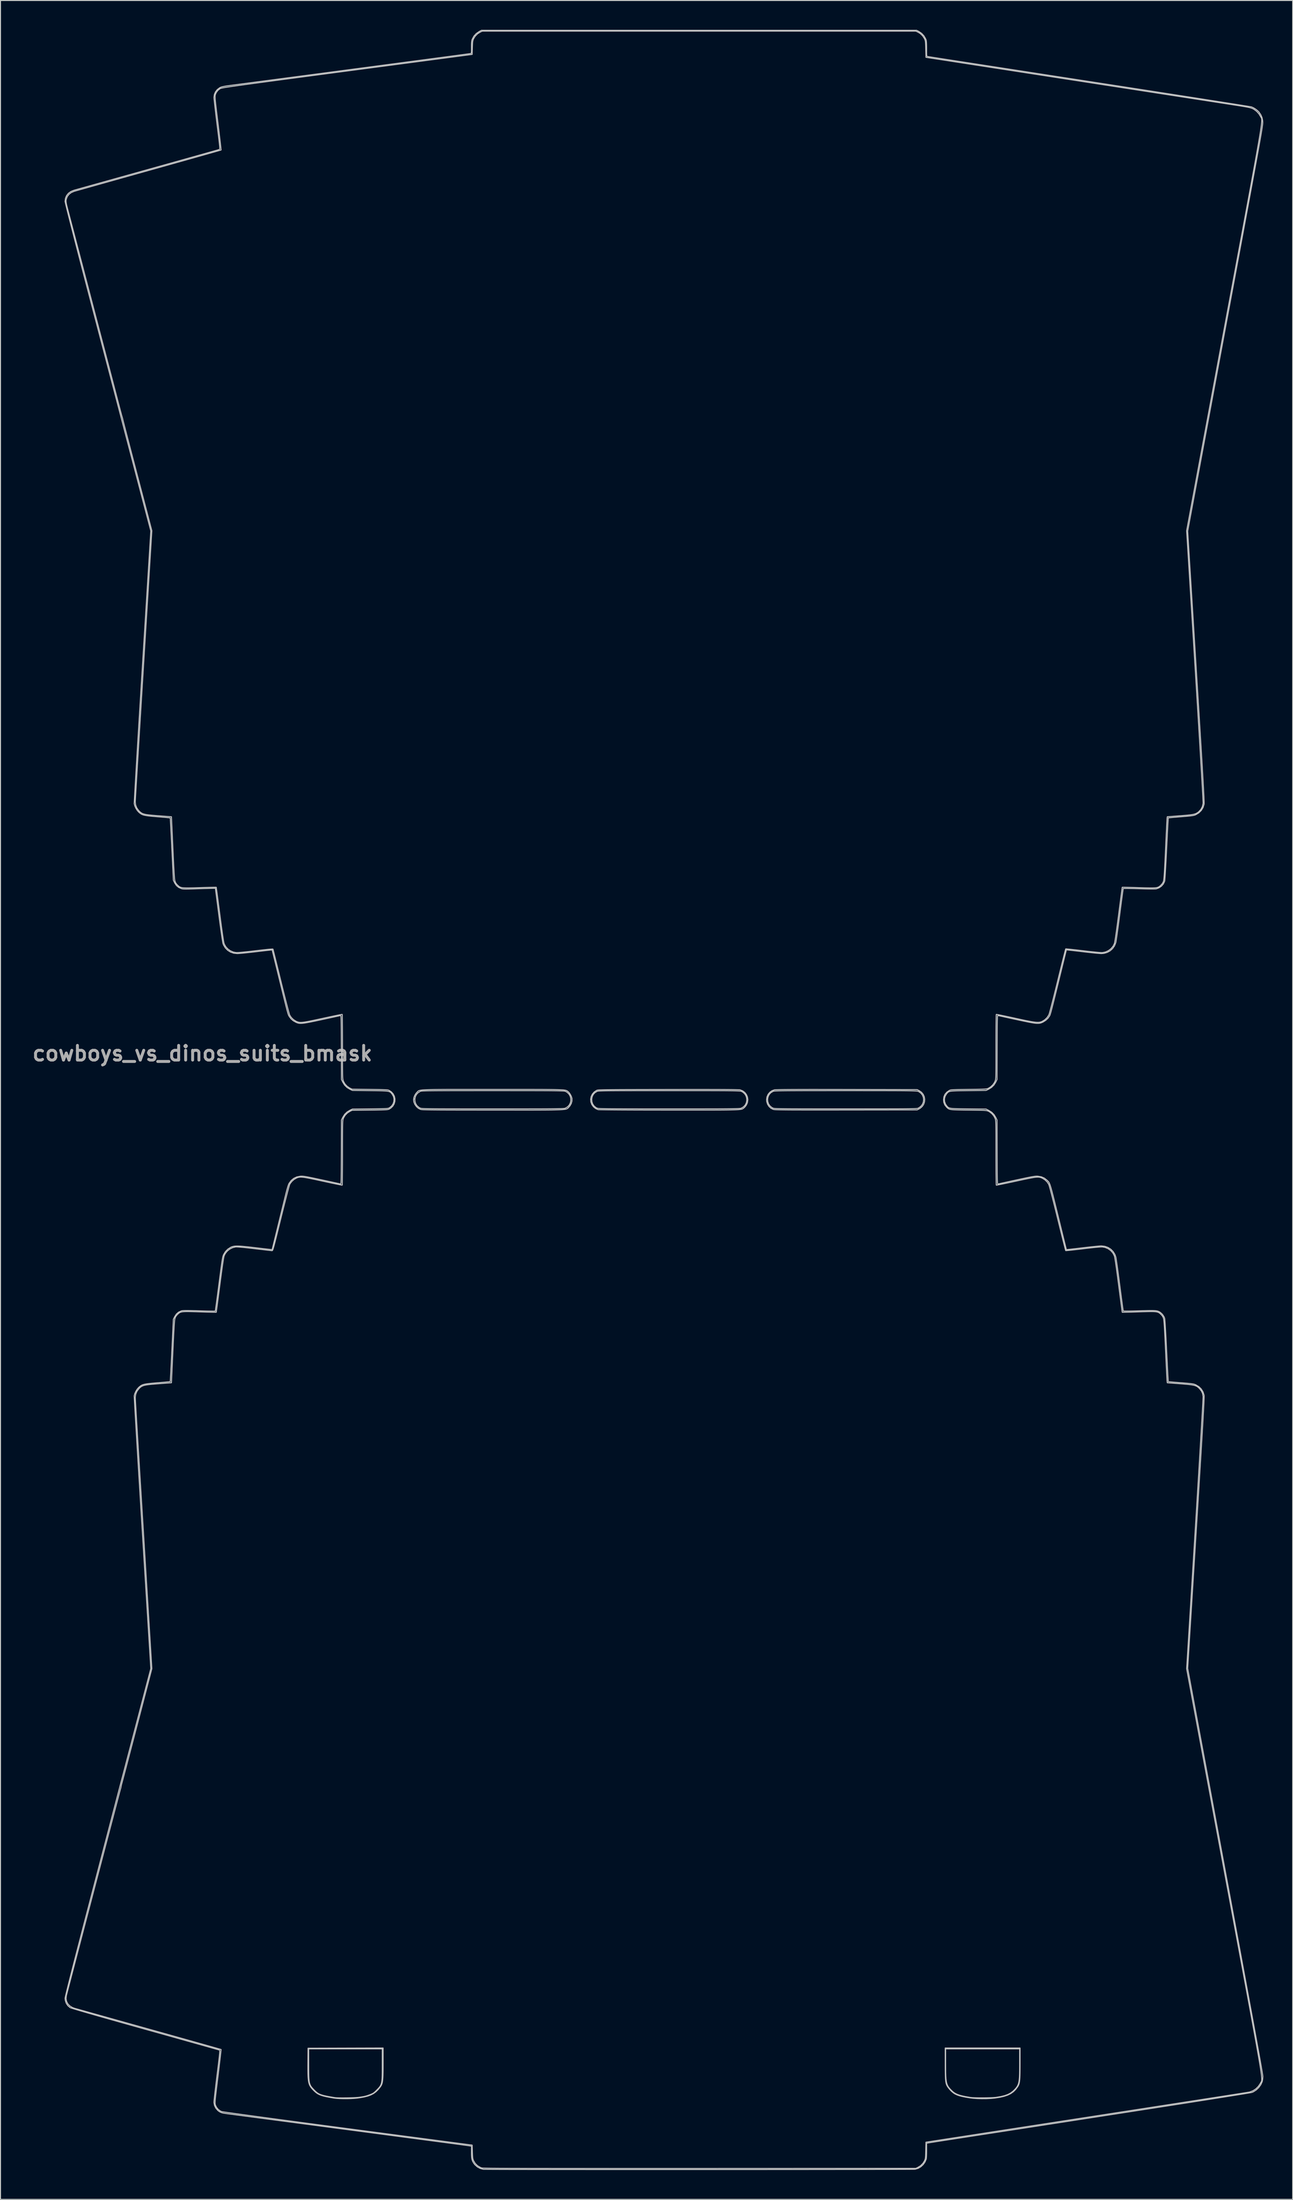
<source format=kicad_pcb>
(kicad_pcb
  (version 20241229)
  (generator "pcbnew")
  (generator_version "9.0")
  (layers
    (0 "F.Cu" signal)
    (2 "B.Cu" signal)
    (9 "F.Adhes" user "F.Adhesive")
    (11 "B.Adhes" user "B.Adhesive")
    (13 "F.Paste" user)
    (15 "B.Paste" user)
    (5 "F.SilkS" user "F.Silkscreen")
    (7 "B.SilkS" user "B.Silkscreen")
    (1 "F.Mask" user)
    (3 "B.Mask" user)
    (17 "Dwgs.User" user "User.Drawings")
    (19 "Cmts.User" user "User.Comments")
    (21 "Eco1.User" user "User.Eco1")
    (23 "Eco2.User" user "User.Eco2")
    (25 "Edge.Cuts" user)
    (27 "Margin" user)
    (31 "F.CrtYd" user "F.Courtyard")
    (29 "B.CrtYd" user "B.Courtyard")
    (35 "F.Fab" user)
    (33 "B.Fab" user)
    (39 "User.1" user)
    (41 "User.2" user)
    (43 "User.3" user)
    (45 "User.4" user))
  (footprint "cowboys_vs_dinos_suits_bmask"
    (layer "F.Cu")
    (at 64.877 109.46)
    (property "Reference" "cowboys_vs_dinos_suits_bmask" (at -47.22 -4.76 0) (layer "F.Fab") (effects (font (size 1.5 1.5) (thickness 0.3))))
    (attr board_only exclude_from_pos_files exclude_from_bom)
    (fp_poly (pts (xy 19.529 -103.657) (xy 19.537 -103.656) (xy 19.766 -103.616) (xy 19.971 -103.543) (xy 20.175 -103.426) (xy 20.404 -103.252) (xy 20.431 -103.23) (xy 20.611 -103.066) (xy 20.741 -102.908) (xy 20.85 -102.723) (xy 20.864 -102.695) (xy 21.008 -102.402) (xy 21.006 -101.73) (xy 21.003 -101.42) (xy 20.991 -101.177) (xy 20.966 -100.983) (xy 20.924 -100.82) (xy 20.861 -100.669) (xy 20.773 -100.512) (xy 20.686 -100.378) (xy 20.562 -100.207) (xy 20.434 -100.064) (xy 20.285 -99.935) (xy 20.097 -99.806) (xy 19.853 -99.663) (xy 19.756 -99.609) (xy 19.551 -99.494) (xy 19.326 -99.365) (xy 19.129 -99.247) (xy 19.109 -99.234) (xy 18.954 -99.146) (xy 18.815 -99.081) (xy 18.717 -99.048) (xy 18.702 -99.047) (xy 18.616 -99.077) (xy 18.494 -99.171) (xy 18.332 -99.333) (xy 17.976 -99.739) (xy 17.694 -100.119) (xy 17.482 -100.482) (xy 17.338 -100.839) (xy 17.257 -101.2) (xy 17.236 -101.575) (xy 17.272 -101.975) (xy 17.308 -102.184) (xy 17.379 -102.456) (xy 17.477 -102.683) (xy 17.621 -102.896) (xy 17.754 -103.052) (xy 18.028 -103.291) (xy 18.357 -103.476) (xy 18.728 -103.602) (xy 19.123 -103.664)) (stroke (width 0) (type solid)) (fill yes) (layer "B.Mask"))
    (fp_poly (pts (xy -55.602 -88.288) (xy -55.273 -88.21) (xy -54.936 -88.093) (xy -54.612 -87.945) (xy -54.327 -87.776) (xy -54.103 -87.595) (xy -54.089 -87.581) (xy -53.913 -87.363) (xy -53.744 -87.087) (xy -53.597 -86.782) (xy -53.487 -86.474) (xy -53.461 -86.377) (xy -53.418 -86.125) (xy -53.398 -85.843) (xy -53.399 -85.552) (xy -53.42 -85.276) (xy -53.461 -85.038) (xy -53.521 -84.861) (xy -53.525 -84.854) (xy -53.735 -84.531) (xy -54.016 -84.232) (xy -54.349 -83.972) (xy -54.704 -83.773) (xy -54.997 -83.67) (xy -55.342 -83.599) (xy -55.713 -83.565) (xy -56.081 -83.571) (xy -56.23 -83.586) (xy -56.654 -83.682) (xy -57.033 -83.85) (xy -57.366 -84.092) (xy -57.656 -84.409) (xy -57.902 -84.8) (xy -57.957 -84.909) (xy -58.129 -85.353) (xy -58.22 -85.799) (xy -58.232 -86.237) (xy -58.164 -86.661) (xy -58.077 -86.919) (xy -57.922 -87.254) (xy -57.755 -87.52) (xy -57.563 -87.734) (xy -57.429 -87.847) (xy -57.299 -87.948) (xy -57.191 -88.033) (xy -57.13 -88.084) (xy -57.129 -88.085) (xy -57.031 -88.14) (xy -56.867 -88.192) (xy -56.654 -88.24) (xy -56.412 -88.279) (xy -56.159 -88.305) (xy -55.916 -88.316) (xy -55.899 -88.316)) (stroke (width 0) (type solid)) (fill yes) (layer "B.Mask"))
    (fp_poly (pts (xy -40.532 -98.129) (xy -40.204 -97.938) (xy -39.947 -97.749) (xy -39.747 -97.551) (xy -39.591 -97.331) (xy -39.52 -97.2) (xy -39.456 -97.067) (xy -39.411 -96.957) (xy -39.382 -96.85) (xy -39.363 -96.724) (xy -39.352 -96.557) (xy -39.343 -96.328) (xy -39.342 -96.297) (xy -39.337 -95.927) (xy -39.354 -95.624) (xy -39.394 -95.368) (xy -39.461 -95.142) (xy -39.558 -94.928) (xy -39.563 -94.919) (xy -39.696 -94.712) (xy -39.874 -94.492) (xy -40.077 -94.282) (xy -40.284 -94.103) (xy -40.473 -93.977) (xy -40.489 -93.968) (xy -40.606 -93.914) (xy -40.713 -93.881) (xy -40.837 -93.864) (xy -41.004 -93.859) (xy -41.138 -93.86) (xy -41.347 -93.865) (xy -41.547 -93.877) (xy -41.707 -93.891) (xy -41.756 -93.899) (xy -41.984 -93.954) (xy -42.22 -94.036) (xy -42.433 -94.134) (xy -42.59 -94.233) (xy -42.846 -94.454) (xy -43.045 -94.668) (xy -43.202 -94.897) (xy -43.334 -95.165) (xy -43.455 -95.494) (xy -43.466 -95.525) (xy -43.551 -95.911) (xy -43.571 -96.326) (xy -43.527 -96.747) (xy -43.423 -97.147) (xy -43.313 -97.406) (xy -43.208 -97.554) (xy -43.041 -97.722) (xy -42.83 -97.894) (xy -42.592 -98.057) (xy -42.391 -98.172) (xy -42.081 -98.333) (xy -41.497 -98.333) (xy -40.913 -98.333)) (stroke (width 0) (type solid)) (fill yes) (layer "B.Mask"))
    (fp_poly (pts (xy -16.189 -104.793) (xy -15.991 -104.782) (xy -15.843 -104.764) (xy -15.715 -104.73) (xy -15.574 -104.671) (xy -15.39 -104.581) (xy -15.38 -104.576) (xy -15.137 -104.441) (xy -14.945 -104.305) (xy -14.774 -104.145) (xy -14.743 -104.112) (xy -14.504 -103.826) (xy -14.327 -103.54) (xy -14.202 -103.235) (xy -14.122 -102.892) (xy -14.08 -102.489) (xy -14.076 -102.427) (xy -14.066 -102.205) (xy -14.065 -102.046) (xy -14.076 -101.925) (xy -14.099 -101.819) (xy -14.14 -101.705) (xy -14.161 -101.653) (xy -14.376 -101.207) (xy -14.633 -100.838) (xy -14.931 -100.545) (xy -15.27 -100.327) (xy -15.636 -100.189) (xy -15.78 -100.163) (xy -15.977 -100.143) (xy -16.194 -100.133) (xy -16.291 -100.132) (xy -16.514 -100.137) (xy -16.683 -100.152) (xy -16.83 -100.184) (xy -16.988 -100.238) (xy -17.034 -100.256) (xy -17.22 -100.338) (xy -17.404 -100.434) (xy -17.541 -100.519) (xy -17.75 -100.703) (xy -17.959 -100.948) (xy -18.149 -101.228) (xy -18.273 -101.457) (xy -18.326 -101.573) (xy -18.364 -101.669) (xy -18.388 -101.764) (xy -18.402 -101.877) (xy -18.409 -102.027) (xy -18.41 -102.233) (xy -18.41 -102.401) (xy -18.408 -103.05) (xy -18.247 -103.392) (xy -18.035 -103.746) (xy -17.749 -104.074) (xy -17.399 -104.366) (xy -17.011 -104.602) (xy -16.605 -104.812)) (stroke (width 0) (type solid)) (fill yes) (layer "B.Mask"))
    (fp_poly (pts (xy 36.433 98.582) (xy 36.431 99.054) (xy 36.428 99.449) (xy 36.421 99.776) (xy 36.411 100.043) (xy 36.395 100.259) (xy 36.373 100.434) (xy 36.345 100.576) (xy 36.308 100.695) (xy 36.263 100.799) (xy 36.208 100.897) (xy 36.182 100.938) (xy 35.979 101.213) (xy 35.748 101.443) (xy 35.479 101.634) (xy 35.163 101.79) (xy 34.791 101.915) (xy 34.352 102.015) (xy 33.838 102.094) (xy 33.836 102.094) (xy 33.436 102.132) (xy 32.989 102.153) (xy 32.523 102.156) (xy 32.064 102.144) (xy 31.641 102.114) (xy 31.328 102.077) (xy 30.893 102.005) (xy 30.532 101.933) (xy 30.235 101.857) (xy 29.989 101.771) (xy 29.783 101.673) (xy 29.605 101.558) (xy 29.443 101.422) (xy 29.411 101.392) (xy 29.269 101.242) (xy 29.133 101.081) (xy 29.031 100.944) (xy 29.027 100.938) (xy 28.968 100.839) (xy 28.918 100.739) (xy 28.878 100.627) (xy 28.847 100.496) (xy 28.822 100.336) (xy 28.804 100.137) (xy 28.792 99.892) (xy 28.784 99.591) (xy 28.779 99.225) (xy 28.777 98.786) (xy 28.777 98.582) (xy 28.775 97.057) (xy 28.818 97.057) (xy 28.818 98.568) (xy 28.82 99.061) (xy 28.824 99.477) (xy 28.835 99.825) (xy 28.854 100.115) (xy 28.883 100.355) (xy 28.924 100.555) (xy 28.98 100.725) (xy 29.052 100.873) (xy 29.143 101.01) (xy 29.255 101.144) (xy 29.39 101.284) (xy 29.455 101.348) (xy 29.611 101.486) (xy 29.784 101.603) (xy 29.984 101.702) (xy 30.223 101.79) (xy 30.512 101.868) (xy 30.863 101.942) (xy 31.286 102.015) (xy 31.371 102.029) (xy 31.532 102.045) (xy 31.762 102.057) (xy 32.043 102.065) (xy 32.36 102.069) (xy 32.694 102.069) (xy 33.029 102.064) (xy 33.347 102.056) (xy 33.631 102.044) (xy 33.864 102.028) (xy 33.989 102.015) (xy 34.464 101.936) (xy 34.863 101.838) (xy 35.198 101.717) (xy 35.477 101.568) (xy 35.711 101.389) (xy 35.755 101.348) (xy 35.9 101.202) (xy 36.021 101.066) (xy 36.121 100.932) (xy 36.2 100.79) (xy 36.263 100.631) (xy 36.31 100.444) (xy 36.344 100.222) (xy 36.367 99.955) (xy 36.381 99.633) (xy 36.388 99.246) (xy 36.391 98.787) (xy 36.391 98.568) (xy 36.391 97.057) (xy 32.605 97.057) (xy 28.818 97.057) (xy 28.775 97.057) (xy 28.775 96.97) (xy 32.605 96.97) (xy 36.434 96.97)) (stroke (width 0.1) (type solid)) (fill no) (layer "Dwgs.User"))
    (fp_poly (pts (xy -28.732 98.523) (xy -28.733 99.006) (xy -28.737 99.412) (xy -28.745 99.749) (xy -28.758 100.026) (xy -28.777 100.252) (xy -28.803 100.436) (xy -28.837 100.586) (xy -28.881 100.712) (xy -28.936 100.821) (xy -29.002 100.924) (xy -29.035 100.97) (xy -29.249 101.232) (xy -29.471 101.449) (xy -29.711 101.627) (xy -29.983 101.77) (xy -30.298 101.886) (xy -30.668 101.98) (xy -31.105 102.058) (xy -31.391 102.097) (xy -31.692 102.126) (xy -32.042 102.146) (xy -32.417 102.155) (xy -32.797 102.155) (xy -33.158 102.145) (xy -33.48 102.126) (xy -33.738 102.097) (xy -33.751 102.095) (xy -34.185 102.021) (xy -34.544 101.952) (xy -34.839 101.881) (xy -35.083 101.806) (xy -35.286 101.723) (xy -35.46 101.626) (xy -35.616 101.513) (xy -35.766 101.378) (xy -35.776 101.369) (xy -35.926 101.218) (xy -36.051 101.078) (xy -36.155 100.94) (xy -36.237 100.794) (xy -36.302 100.631) (xy -36.351 100.443) (xy -36.385 100.218) (xy -36.408 99.949) (xy -36.421 99.627) (xy -36.426 99.241) (xy -36.426 98.783) (xy -36.424 98.506) (xy -36.413 97.057) (xy -36.348 97.057) (xy -36.346 98.625) (xy -36.345 99.102) (xy -36.342 99.501) (xy -36.336 99.833) (xy -36.322 100.106) (xy -36.301 100.33) (xy -36.27 100.514) (xy -36.225 100.668) (xy -36.167 100.801) (xy -36.091 100.923) (xy -35.997 101.042) (xy -35.882 101.168) (xy -35.746 101.309) (xy -35.618 101.434) (xy -35.491 101.54) (xy -35.357 101.628) (xy -35.203 101.705) (xy -35.019 101.772) (xy -34.794 101.834) (xy -34.519 101.895) (xy -34.181 101.959) (xy -33.771 102.029) (xy -33.665 102.046) (xy -33.532 102.059) (xy -33.329 102.068) (xy -33.072 102.072) (xy -32.779 102.073) (xy -32.466 102.07) (xy -32.148 102.064) (xy -31.844 102.054) (xy -31.568 102.042) (xy -31.339 102.027) (xy -31.173 102.01) (xy -30.898 101.969) (xy -30.68 101.93) (xy -30.493 101.885) (xy -30.308 101.829) (xy -30.099 101.753) (xy -30.026 101.725) (xy -29.864 101.657) (xy -29.733 101.586) (xy -29.61 101.493) (xy -29.469 101.362) (xy -29.373 101.264) (xy -29.245 101.131) (xy -29.138 101.013) (xy -29.051 100.9) (xy -28.982 100.783) (xy -28.927 100.653) (xy -28.887 100.501) (xy -28.858 100.317) (xy -28.838 100.092) (xy -28.827 99.816) (xy -28.821 99.482) (xy -28.819 99.079) (xy -28.818 98.634) (xy -28.818 97.057) (xy -32.583 97.057) (xy -36.348 97.057) (xy -36.413 97.057) (xy -36.412 96.992) (xy -32.572 96.981) (xy -28.732 96.97)) (stroke (width 0.1) (type solid)) (fill no) (layer "Dwgs.User"))
    (fp_poly (pts (xy 16.506 -1.076) (xy 17.427 -1.075) (xy 18.432 -1.074) (xy 18.716 -1.073) (xy 25.9 -1.06) (xy 26.115 -0.95) (xy 26.351 -0.785) (xy 26.523 -0.575) (xy 26.632 -0.335) (xy 26.678 -0.077) (xy 26.659 0.183) (xy 26.577 0.433) (xy 26.432 0.657) (xy 26.223 0.843) (xy 26.115 0.906) (xy 25.9 1.017) (xy 18.651 1.025) (xy 17.71 1.026) (xy 16.851 1.027) (xy 16.071 1.027) (xy 15.366 1.027) (xy 14.733 1.027) (xy 14.167 1.026) (xy 13.664 1.025) (xy 13.221 1.024) (xy 12.835 1.022) (xy 12.5 1.019) (xy 12.213 1.016) (xy 11.971 1.013) (xy 11.77 1.009) (xy 11.605 1.004) (xy 11.474 0.999) (xy 11.371 0.993) (xy 11.294 0.986) (xy 11.238 0.979) (xy 11.2 0.971) (xy 11.194 0.969) (xy 10.95 0.85) (xy 10.748 0.666) (xy 10.6 0.432) (xy 10.515 0.161) (xy 10.499 -0.023) (xy 10.51 -0.101) (xy 10.607 -0.101) (xy 10.618 0.142) (xy 10.69 0.377) (xy 10.824 0.587) (xy 11.02 0.759) (xy 11.142 0.827) (xy 11.167 0.837) (xy 11.197 0.846) (xy 11.237 0.855) (xy 11.29 0.862) (xy 11.36 0.869) (xy 11.452 0.875) (xy 11.57 0.881) (xy 11.716 0.886) (xy 11.895 0.89) (xy 12.112 0.893) (xy 12.37 0.896) (xy 12.672 0.899) (xy 13.024 0.901) (xy 13.428 0.903) (xy 13.889 0.904) (xy 14.411 0.905) (xy 14.997 0.906) (xy 15.652 0.907) (xy 16.38 0.907) (xy 17.184 0.907) (xy 18.069 0.908) (xy 18.597 0.908) (xy 19.528 0.908) (xy 20.375 0.908) (xy 21.145 0.908) (xy 21.839 0.907) (xy 22.462 0.907) (xy 23.019 0.906) (xy 23.513 0.905) (xy 23.948 0.904) (xy 24.327 0.902) (xy 24.656 0.9) (xy 24.937 0.897) (xy 25.175 0.894) (xy 25.374 0.89) (xy 25.538 0.886) (xy 25.67 0.881) (xy 25.774 0.875) (xy 25.855 0.869) (xy 25.916 0.862) (xy 25.962 0.854) (xy 25.996 0.845) (xy 26.021 0.835) (xy 26.04 0.826) (xy 26.266 0.667) (xy 26.429 0.467) (xy 26.529 0.238) (xy 26.566 -0.005) (xy 26.541 -0.248) (xy 26.454 -0.477) (xy 26.305 -0.679) (xy 26.094 -0.838) (xy 25.996 -0.885) (xy 25.969 -0.893) (xy 25.927 -0.901) (xy 25.868 -0.909) (xy 25.786 -0.915) (xy 25.679 -0.921) (xy 25.543 -0.926) (xy 25.373 -0.931) (xy 25.166 -0.935) (xy 24.918 -0.938) (xy 24.625 -0.941) (xy 24.283 -0.944) (xy 23.888 -0.946) (xy 23.437 -0.948) (xy 22.925 -0.949) (xy 22.35 -0.95) (xy 21.706 -0.951) (xy 20.99 -0.951) (xy 20.198 -0.952) (xy 19.327 -0.952) (xy 18.585 -0.952) (xy 17.648 -0.952) (xy 16.795 -0.952) (xy 16.02 -0.951) (xy 15.32 -0.951) (xy 14.691 -0.95) (xy 14.129 -0.949) (xy 13.631 -0.947) (xy 13.192 -0.945) (xy 12.809 -0.943) (xy 12.478 -0.94) (xy 12.195 -0.937) (xy 11.956 -0.934) (xy 11.757 -0.93) (xy 11.595 -0.925) (xy 11.465 -0.92) (xy 11.364 -0.914) (xy 11.287 -0.907) (xy 11.232 -0.9) (xy 11.194 -0.892) (xy 11.173 -0.885) (xy 10.941 -0.746) (xy 10.769 -0.56) (xy 10.657 -0.34) (xy 10.607 -0.101) (xy 10.51 -0.101) (xy 10.539 -0.31) (xy 10.652 -0.569) (xy 10.829 -0.786) (xy 11.059 -0.949) (xy 11.311 -1.039) (xy 11.373 -1.046) (xy 11.497 -1.052) (xy 11.683 -1.057) (xy 11.935 -1.062) (xy 12.252 -1.066) (xy 12.639 -1.069) (xy 13.096 -1.072) (xy 13.625 -1.074) (xy 14.229 -1.076) (xy 14.909 -1.077) (xy 15.668 -1.077)) (stroke (width 0.1) (type solid)) (fill no) (layer "Dwgs.User"))
    (fp_poly (pts (xy 4.055 -1.075) (xy 4.758 -1.074) (xy 5.382 -1.073) (xy 5.93 -1.071) (xy 6.404 -1.068) (xy 6.806 -1.065) (xy 7.136 -1.061) (xy 7.397 -1.056) (xy 7.59 -1.051) (xy 7.718 -1.045) (xy 7.782 -1.038) (xy 7.784 -1.038) (xy 8.053 -0.931) (xy 8.274 -0.763) (xy 8.44 -0.548) (xy 8.545 -0.299) (xy 8.583 -0.03) (xy 8.549 0.244) (xy 8.458 0.471) (xy 8.362 0.619) (xy 8.249 0.751) (xy 8.188 0.806) (xy 8.151 0.836) (xy 8.117 0.863) (xy 8.082 0.887) (xy 8.043 0.909) (xy 7.995 0.929) (xy 7.935 0.947) (xy 7.859 0.962) (xy 7.761 0.976) (xy 7.64 0.988) (xy 7.49 0.998) (xy 7.308 1.007) (xy 7.09 1.014) (xy 6.831 1.02) (xy 6.528 1.025) (xy 6.177 1.029) (xy 5.774 1.032) (xy 5.315 1.034) (xy 4.795 1.035) (xy 4.212 1.036) (xy 3.56 1.036) (xy 2.837 1.036) (xy 2.037 1.036) (xy 1.158 1.035) (xy 0.523 1.035) (xy -0.467 1.034) (xy -1.392 1.033) (xy -2.249 1.031) (xy -3.037 1.029) (xy -3.755 1.026) (xy -4.399 1.023) (xy -4.969 1.019) (xy -5.464 1.015) (xy -5.88 1.011) (xy -6.218 1.006) (xy -6.474 1.001) (xy -6.648 0.996) (xy -6.737 0.99) (xy -6.747 0.988) (xy -6.994 0.876) (xy -7.211 0.697) (xy -7.374 0.475) (xy -7.477 0.203) (xy -7.499 -0.072) (xy -7.39 -0.072) (xy -7.372 0.173) (xy -7.293 0.405) (xy -7.155 0.611) (xy -6.958 0.776) (xy -6.859 0.828) (xy -6.834 0.838) (xy -6.802 0.847) (xy -6.761 0.856) (xy -6.705 0.863) (xy -6.631 0.87) (xy -6.536 0.876) (xy -6.414 0.881) (xy -6.262 0.886) (xy -6.076 0.89) (xy -5.853 0.894) (xy -5.587 0.897) (xy -5.276 0.899) (xy -4.915 0.901) (xy -4.501 0.903) (xy -4.029 0.904) (xy -3.495 0.905) (xy -2.896 0.906) (xy -2.227 0.907) (xy -1.484 0.907) (xy -0.665 0.908) (xy 0.236 0.908) (xy 0.531 0.908) (xy 1.466 0.908) (xy 2.317 0.908) (xy 3.09 0.907) (xy 3.788 0.907) (xy 4.414 0.906) (xy 4.974 0.905) (xy 5.47 0.904) (xy 5.906 0.902) (xy 6.287 0.9) (xy 6.617 0.897) (xy 6.898 0.894) (xy 7.136 0.89) (xy 7.333 0.886) (xy 7.494 0.881) (xy 7.622 0.876) (xy 7.722 0.87) (xy 7.798 0.864) (xy 7.852 0.856) (xy 7.89 0.848) (xy 7.909 0.841) (xy 8.141 0.703) (xy 8.312 0.518) (xy 8.423 0.299) (xy 8.474 0.06) (xy 8.464 -0.183) (xy 8.394 -0.416) (xy 8.263 -0.626) (xy 8.072 -0.798) (xy 7.909 -0.885) (xy 7.882 -0.893) (xy 7.84 -0.901) (xy 7.78 -0.909) (xy 7.699 -0.915) (xy 7.592 -0.921) (xy 7.456 -0.926) (xy 7.286 -0.931) (xy 7.078 -0.935) (xy 6.83 -0.938) (xy 6.537 -0.941) (xy 6.194 -0.944) (xy 5.799 -0.946) (xy 5.348 -0.947) (xy 4.836 -0.949) (xy 4.259 -0.95) (xy 3.615 -0.95) (xy 2.898 -0.951) (xy 2.105 -0.951) (xy 1.233 -0.951) (xy 0.531 -0.951) (xy -0.395 -0.951) (xy -1.239 -0.951) (xy -2.005 -0.95) (xy -2.696 -0.95) (xy -3.316 -0.949) (xy -3.869 -0.948) (xy -4.359 -0.947) (xy -4.791 -0.945) (xy -5.168 -0.943) (xy -5.494 -0.941) (xy -5.773 -0.938) (xy -6.009 -0.935) (xy -6.206 -0.931) (xy -6.368 -0.926) (xy -6.498 -0.921) (xy -6.602 -0.915) (xy -6.682 -0.909) (xy -6.743 -0.902) (xy -6.789 -0.894) (xy -6.824 -0.885) (xy -6.851 -0.875) (xy -6.861 -0.87) (xy -7.084 -0.727) (xy -7.246 -0.536) (xy -7.348 -0.313) (xy -7.39 -0.072) (xy -7.499 -0.072) (xy -7.5 -0.076) (xy -7.448 -0.348) (xy -7.326 -0.598) (xy -7.139 -0.814) (xy -6.894 -0.978) (xy -6.871 -0.989) (xy -6.842 -0.998) (xy -6.805 -1.007) (xy -6.755 -1.015) (xy -6.688 -1.022) (xy -6.6 -1.028) (xy -6.487 -1.034) (xy -6.346 -1.039) (xy -6.172 -1.044) (xy -5.961 -1.048) (xy -5.71 -1.051) (xy -5.413 -1.054) (xy -5.069 -1.057) (xy -4.671 -1.06) (xy -4.217 -1.062) (xy -3.703 -1.064) (xy -3.124 -1.065) (xy -2.476 -1.067) (xy -1.757 -1.068) (xy -0.96 -1.07) (xy -0.084 -1.071) (xy 0.433 -1.072) (xy 1.464 -1.074) (xy 2.41 -1.075) (xy 3.273 -1.075)) (stroke (width 0.1) (type solid)) (fill no) (layer "Dwgs.User"))
    (fp_poly (pts (xy -19.678 -1.082) (xy -18.854 -1.082) (xy -17.95 -1.082) (xy -17.502 -1.082) (xy -16.566 -1.082) (xy -15.713 -1.082) (xy -14.938 -1.082) (xy -14.238 -1.081) (xy -13.609 -1.081) (xy -13.046 -1.079) (xy -12.546 -1.078) (xy -12.105 -1.075) (xy -11.719 -1.072) (xy -11.383 -1.068) (xy -11.095 -1.063) (xy -10.849 -1.057) (xy -10.642 -1.049) (xy -10.47 -1.04) (xy -10.33 -1.03) (xy -10.216 -1.018) (xy -10.125 -1.004) (xy -10.054 -0.989) (xy -9.998 -0.972) (xy -9.952 -0.952) (xy -9.914 -0.931) (xy -9.88 -0.907) (xy -9.844 -0.881) (xy -9.824 -0.867) (xy -9.697 -0.742) (xy -9.574 -0.563) (xy -9.473 -0.363) (xy -9.413 -0.171) (xy -9.408 -0.145) (xy -9.41 0.112) (xy -9.485 0.372) (xy -9.623 0.611) (xy -9.712 0.714) (xy -9.751 0.755) (xy -9.784 0.793) (xy -9.816 0.827) (xy -9.849 0.857) (xy -9.889 0.885) (xy -9.939 0.909) (xy -10.003 0.931) (xy -10.085 0.951) (xy -10.189 0.967) (xy -10.319 0.982) (xy -10.478 0.994) (xy -10.671 1.005) (xy -10.902 1.013) (xy -11.174 1.02) (xy -11.491 1.026) (xy -11.858 1.03) (xy -12.278 1.033) (xy -12.755 1.035) (xy -13.293 1.037) (xy -13.896 1.037) (xy -14.568 1.037) (xy -15.313 1.037) (xy -16.134 1.036) (xy -17.037 1.036) (xy -17.522 1.035) (xy -18.458 1.035) (xy -19.311 1.034) (xy -20.086 1.034) (xy -20.785 1.033) (xy -21.414 1.031) (xy -21.975 1.03) (xy -22.472 1.028) (xy -22.91 1.026) (xy -23.293 1.023) (xy -23.623 1.02) (xy -23.905 1.017) (xy -24.143 1.013) (xy -24.341 1.008) (xy -24.502 1.003) (xy -24.631 0.998) (xy -24.73 0.991) (xy -24.805 0.984) (xy -24.858 0.977) (xy -24.894 0.968) (xy -24.895 0.968) (xy -25.122 0.857) (xy -25.322 0.679) (xy -25.48 0.457) (xy -25.583 0.209) (xy -25.616 -0.022) (xy -25.604 -0.101) (xy -25.481 -0.101) (xy -25.47 0.142) (xy -25.398 0.377) (xy -25.264 0.587) (xy -25.068 0.759) (xy -24.946 0.827) (xy -24.921 0.837) (xy -24.891 0.846) (xy -24.851 0.855) (xy -24.798 0.862) (xy -24.727 0.869) (xy -24.635 0.875) (xy -24.518 0.881) (xy -24.371 0.886) (xy -24.192 0.89) (xy -23.975 0.893) (xy -23.717 0.896) (xy -23.414 0.899) (xy -23.062 0.901) (xy -22.657 0.903) (xy -22.195 0.904) (xy -21.672 0.905) (xy -21.085 0.906) (xy -20.429 0.907) (xy -19.7 0.907) (xy -18.895 0.907) (xy -18.009 0.908) (xy -17.512 0.908) (xy -16.575 0.908) (xy -15.721 0.908) (xy -14.945 0.907) (xy -14.245 0.907) (xy -13.615 0.906) (xy -13.053 0.905) (xy -12.555 0.904) (xy -12.115 0.902) (xy -11.732 0.9) (xy -11.4 0.897) (xy -11.117 0.894) (xy -10.877 0.89) (xy -10.678 0.886) (xy -10.515 0.882) (xy -10.385 0.876) (xy -10.283 0.87) (xy -10.207 0.864) (xy -10.151 0.857) (xy -10.113 0.849) (xy -10.092 0.841) (xy -9.86 0.703) (xy -9.688 0.518) (xy -9.577 0.299) (xy -9.527 0.06) (xy -9.537 -0.183) (xy -9.607 -0.416) (xy -9.738 -0.626) (xy -9.929 -0.798) (xy -10.092 -0.885) (xy -10.119 -0.893) (xy -10.161 -0.901) (xy -10.22 -0.909) (xy -10.301 -0.915) (xy -10.408 -0.921) (xy -10.545 -0.926) (xy -10.715 -0.931) (xy -10.922 -0.935) (xy -11.17 -0.938) (xy -11.463 -0.941) (xy -11.805 -0.944) (xy -12.2 -0.946) (xy -12.651 -0.948) (xy -13.163 -0.949) (xy -13.738 -0.95) (xy -14.382 -0.951) (xy -15.098 -0.951) (xy -15.89 -0.952) (xy -16.761 -0.952) (xy -17.503 -0.952) (xy -18.44 -0.952) (xy -19.293 -0.952) (xy -20.068 -0.951) (xy -20.768 -0.951) (xy -21.397 -0.95) (xy -21.959 -0.949) (xy -22.457 -0.947) (xy -22.896 -0.945) (xy -23.279 -0.943) (xy -23.61 -0.94) (xy -23.893 -0.937) (xy -24.132 -0.934) (xy -24.331 -0.93) (xy -24.493 -0.925) (xy -24.623 -0.92) (xy -24.724 -0.914) (xy -24.801 -0.907) (xy -24.856 -0.9) (xy -24.894 -0.892) (xy -24.915 -0.885) (xy -25.147 -0.746) (xy -25.319 -0.56) (xy -25.431 -0.34) (xy -25.481 -0.101) (xy -25.604 -0.101) (xy -25.582 -0.247) (xy -25.489 -0.482) (xy -25.352 -0.693) (xy -25.293 -0.758) (xy -25.254 -0.799) (xy -25.221 -0.836) (xy -25.19 -0.87) (xy -25.156 -0.901) (xy -25.116 -0.928) (xy -25.066 -0.953) (xy -25.001 -0.975) (xy -24.919 -0.994) (xy -24.815 -1.011) (xy -24.685 -1.026) (xy -24.525 -1.038) (xy -24.331 -1.048) (xy -24.1 -1.057) (xy -23.827 -1.064) (xy -23.509 -1.07) (xy -23.141 -1.074) (xy -22.72 -1.077) (xy -22.242 -1.08) (xy -21.702 -1.081) (xy -21.098 -1.082) (xy -20.424 -1.082)) (stroke (width 0.1) (type solid)) (fill no) (layer "Dwgs.User"))
    (fp_poly (pts (xy 26.071 -109.296) (xy 26.367 -109.092) (xy 26.608 -108.83) (xy 26.782 -108.523) (xy 26.835 -108.373) (xy 26.848 -108.287) (xy 26.859 -108.132) (xy 26.867 -107.925) (xy 26.871 -107.684) (xy 26.872 -107.497) (xy 26.871 -107.227) (xy 26.873 -107.031) (xy 26.877 -106.897) (xy 26.887 -106.812) (xy 26.904 -106.765) (xy 26.928 -106.742) (xy 26.962 -106.731) (xy 26.968 -106.73) (xy 27.017 -106.722) (xy 27.149 -106.701) (xy 27.361 -106.668) (xy 27.649 -106.623) (xy 28.011 -106.567) (xy 28.444 -106.499) (xy 28.945 -106.422) (xy 29.51 -106.334) (xy 30.138 -106.237) (xy 30.825 -106.131) (xy 31.567 -106.016) (xy 32.363 -105.893) (xy 33.209 -105.762) (xy 34.103 -105.624) (xy 35.04 -105.479) (xy 36.019 -105.328) (xy 37.036 -105.171) (xy 38.089 -105.008) (xy 39.175 -104.84) (xy 40.289 -104.668) (xy 41.431 -104.492) (xy 42.596 -104.312) (xy 43.487 -104.175) (xy 44.669 -103.992) (xy 45.831 -103.813) (xy 46.968 -103.637) (xy 48.078 -103.465) (xy 49.159 -103.298) (xy 50.206 -103.135) (xy 51.218 -102.978) (xy 52.191 -102.827) (xy 53.123 -102.682) (xy 54.009 -102.544) (xy 54.848 -102.413) (xy 55.636 -102.289) (xy 56.37 -102.174) (xy 57.048 -102.068) (xy 57.666 -101.97) (xy 58.222 -101.883) (xy 58.712 -101.805) (xy 59.134 -101.737) (xy 59.484 -101.681) (xy 59.76 -101.636) (xy 59.958 -101.603) (xy 60.076 -101.582) (xy 60.11 -101.575) (xy 60.306 -101.488) (xy 60.519 -101.357) (xy 60.719 -101.205) (xy 60.872 -101.053) (xy 60.89 -101.03) (xy 61.073 -100.755) (xy 61.188 -100.485) (xy 61.249 -100.19) (xy 61.262 -100.021) (xy 61.262 -99.988) (xy 61.262 -99.949) (xy 61.259 -99.903) (xy 61.255 -99.846) (xy 61.247 -99.777) (xy 61.237 -99.693) (xy 61.223 -99.592) (xy 61.205 -99.472) (xy 61.183 -99.33) (xy 61.157 -99.165) (xy 61.125 -98.973) (xy 61.087 -98.753) (xy 61.044 -98.503) (xy 60.994 -98.219) (xy 60.938 -97.901) (xy 60.874 -97.545) (xy 60.803 -97.15) (xy 60.724 -96.713) (xy 60.637 -96.231) (xy 60.54 -95.704) (xy 60.435 -95.127) (xy 60.32 -94.5) (xy 60.194 -93.819) (xy 60.059 -93.083) (xy 59.912 -92.29) (xy 59.755 -91.436) (xy 59.585 -90.52) (xy 59.404 -89.54) (xy 59.21 -88.493) (xy 59.003 -87.377) (xy 58.783 -86.19) (xy 58.549 -84.929) (xy 58.301 -83.593) (xy 58.038 -82.178) (xy 57.76 -80.684) (xy 57.468 -79.106) (xy 57.43 -78.904) (xy 53.581 -58.178) (xy 54.443 -44.331) (xy 54.526 -42.986) (xy 54.605 -41.725) (xy 54.678 -40.545) (xy 54.746 -39.444) (xy 54.809 -38.42) (xy 54.867 -37.47) (xy 54.921 -36.592) (xy 54.97 -35.783) (xy 55.015 -35.041) (xy 55.055 -34.363) (xy 55.092 -33.746) (xy 55.124 -33.19) (xy 55.153 -32.69) (xy 55.178 -32.245) (xy 55.2 -31.852) (xy 55.218 -31.508) (xy 55.233 -31.212) (xy 55.245 -30.96) (xy 55.254 -30.751) (xy 55.261 -30.581) (xy 55.264 -30.449) (xy 55.265 -30.352) (xy 55.264 -30.287) (xy 55.261 -30.255) (xy 55.154 -29.913) (xy 54.975 -29.616) (xy 54.728 -29.371) (xy 54.418 -29.183) (xy 54.409 -29.179) (xy 54.333 -29.147) (xy 54.251 -29.12) (xy 54.151 -29.096) (xy 54.023 -29.075) (xy 53.856 -29.054) (xy 53.638 -29.031) (xy 53.359 -29.006) (xy 53.008 -28.977) (xy 52.892 -28.968) (xy 52.568 -28.941) (xy 52.274 -28.916) (xy 52.019 -28.893) (xy 51.815 -28.874) (xy 51.672 -28.86) (xy 51.601 -28.851) (xy 51.595 -28.849) (xy 51.591 -28.805) (xy 51.583 -28.681) (xy 51.571 -28.484) (xy 51.556 -28.221) (xy 51.539 -27.898) (xy 51.519 -27.524) (xy 51.498 -27.104) (xy 51.475 -26.645) (xy 51.45 -26.154) (xy 51.427 -25.678) (xy 51.401 -25.159) (xy 51.376 -24.661) (xy 51.35 -24.194) (xy 51.326 -23.764) (xy 51.303 -23.379) (xy 51.282 -23.045) (xy 51.263 -22.77) (xy 51.247 -22.56) (xy 51.234 -22.424) (xy 51.225 -22.371) (xy 51.094 -22.097) (xy 50.895 -21.867) (xy 50.643 -21.694) (xy 50.389 -21.599) (xy 50.292 -21.587) (xy 50.117 -21.58) (xy 49.862 -21.579) (xy 49.526 -21.583) (xy 49.107 -21.593) (xy 48.615 -21.607) (xy 48.251 -21.618) (xy 47.915 -21.627) (xy 47.617 -21.632) (xy 47.365 -21.636) (xy 47.171 -21.636) (xy 47.043 -21.633) (xy 46.991 -21.628) (xy 46.991 -21.627) (xy 46.981 -21.58) (xy 46.962 -21.454) (xy 46.934 -21.257) (xy 46.898 -20.997) (xy 46.855 -20.681) (xy 46.806 -20.316) (xy 46.752 -19.91) (xy 46.695 -19.471) (xy 46.635 -19.005) (xy 46.63 -18.965) (xy 46.568 -18.49) (xy 46.508 -18.035) (xy 46.451 -17.608) (xy 46.397 -17.217) (xy 46.349 -16.871) (xy 46.307 -16.578) (xy 46.272 -16.345) (xy 46.245 -16.182) (xy 46.228 -16.097) (xy 46.228 -16.097) (xy 46.098 -15.767) (xy 45.9 -15.484) (xy 45.646 -15.256) (xy 45.346 -15.09) (xy 45.009 -14.994) (xy 44.756 -14.973) (xy 44.642 -14.978) (xy 44.454 -14.992) (xy 44.204 -15.015) (xy 43.903 -15.045) (xy 43.564 -15.081) (xy 43.198 -15.122) (xy 42.818 -15.167) (xy 42.813 -15.167) (xy 42.448 -15.211) (xy 42.111 -15.25) (xy 41.811 -15.284) (xy 41.558 -15.313) (xy 41.361 -15.334) (xy 41.23 -15.347) (xy 41.174 -15.351) (xy 41.172 -15.351) (xy 41.161 -15.308) (xy 41.131 -15.189) (xy 41.084 -15.001) (xy 41.022 -14.754) (xy 40.948 -14.453) (xy 40.863 -14.109) (xy 40.769 -13.727) (xy 40.668 -13.317) (xy 40.634 -13.176) (xy 40.46 -12.468) (xy 40.306 -11.839) (xy 40.169 -11.284) (xy 40.05 -10.798) (xy 39.945 -10.377) (xy 39.855 -10.016) (xy 39.778 -9.709) (xy 39.712 -9.452) (xy 39.657 -9.24) (xy 39.611 -9.068) (xy 39.573 -8.931) (xy 39.541 -8.824) (xy 39.515 -8.742) (xy 39.493 -8.68) (xy 39.474 -8.634) (xy 39.462 -8.61) (xy 39.296 -8.368) (xy 39.065 -8.149) (xy 38.791 -7.975) (xy 38.756 -7.958) (xy 38.65 -7.911) (xy 38.547 -7.874) (xy 38.439 -7.849) (xy 38.317 -7.835) (xy 38.174 -7.835) (xy 38.002 -7.848) (xy 37.792 -7.876) (xy 37.535 -7.919) (xy 37.225 -7.979) (xy 36.852 -8.055) (xy 36.408 -8.149) (xy 36.061 -8.224) (xy 35.675 -8.307) (xy 35.314 -8.386) (xy 34.987 -8.457) (xy 34.702 -8.52) (xy 34.47 -8.571) (xy 34.298 -8.609) (xy 34.197 -8.632) (xy 34.174 -8.637) (xy 34.161 -8.638) (xy 34.148 -8.625) (xy 34.138 -8.595) (xy 34.129 -8.541) (xy 34.121 -8.458) (xy 34.115 -8.34) (xy 34.11 -8.182) (xy 34.105 -7.977) (xy 34.101 -7.72) (xy 34.098 -7.406) (xy 34.095 -7.028) (xy 34.093 -6.582) (xy 34.091 -6.061) (xy 34.088 -5.46) (xy 34.088 -5.379) (xy 34.076 -2.099) (xy 33.951 -1.828) (xy 33.766 -1.53) (xy 33.514 -1.282) (xy 33.199 -1.09) (xy 33.196 -1.089) (xy 32.951 -0.974) (xy 31.133 -0.952) (xy 30.67 -0.946) (xy 30.286 -0.941) (xy 29.971 -0.935) (xy 29.718 -0.926) (xy 29.518 -0.913) (xy 29.363 -0.896) (xy 29.245 -0.873) (xy 29.155 -0.843) (xy 29.086 -0.805) (xy 29.028 -0.756) (xy 28.974 -0.697) (xy 28.915 -0.626) (xy 28.915 -0.626) (xy 28.768 -0.384) (xy 28.699 -0.121) (xy 28.709 0.147) (xy 28.798 0.406) (xy 28.915 0.583) (xy 28.974 0.654) (xy 29.028 0.713) (xy 29.085 0.761) (xy 29.155 0.8) (xy 29.244 0.83) (xy 29.362 0.853) (xy 29.517 0.87) (xy 29.716 0.882) (xy 29.969 0.891) (xy 30.284 0.898) (xy 30.668 0.903) (xy 31.13 0.909) (xy 31.134 0.909) (xy 32.953 0.93) (xy 33.239 1.071) (xy 33.542 1.263) (xy 33.781 1.51) (xy 33.962 1.812) (xy 34.076 2.055) (xy 34.088 5.336) (xy 34.09 5.947) (xy 34.093 6.478) (xy 34.095 6.933) (xy 34.098 7.319) (xy 34.101 7.641) (xy 34.105 7.904) (xy 34.109 8.115) (xy 34.114 8.28) (xy 34.121 8.402) (xy 34.128 8.489) (xy 34.137 8.547) (xy 34.147 8.58) (xy 34.159 8.594) (xy 34.173 8.595) (xy 34.174 8.595) (xy 34.231 8.581) (xy 34.364 8.552) (xy 34.563 8.508) (xy 34.819 8.452) (xy 35.124 8.385) (xy 35.468 8.31) (xy 35.842 8.229) (xy 36.088 8.176) (xy 36.54 8.079) (xy 36.917 7.999) (xy 37.226 7.935) (xy 37.478 7.885) (xy 37.68 7.848) (xy 37.842 7.822) (xy 37.972 7.805) (xy 38.078 7.797) (xy 38.171 7.796) (xy 38.251 7.799) (xy 38.601 7.857) (xy 38.909 7.99) (xy 39.183 8.201) (xy 39.203 8.221) (xy 39.25 8.267) (xy 39.292 8.308) (xy 39.33 8.349) (xy 39.365 8.394) (xy 39.4 8.449) (xy 39.436 8.519) (xy 39.473 8.609) (xy 39.514 8.723) (xy 39.56 8.866) (xy 39.612 9.043) (xy 39.672 9.26) (xy 39.74 9.52) (xy 39.82 9.829) (xy 39.911 10.192) (xy 40.016 10.614) (xy 40.135 11.099) (xy 40.271 11.652) (xy 40.425 12.278) (xy 40.597 12.983) (xy 40.634 13.133) (xy 40.736 13.551) (xy 40.832 13.943) (xy 40.921 14.301) (xy 40.999 14.616) (xy 41.065 14.882) (xy 41.117 15.091) (xy 41.152 15.233) (xy 41.17 15.302) (xy 41.172 15.308) (xy 41.216 15.305) (xy 41.335 15.294) (xy 41.522 15.274) (xy 41.767 15.246) (xy 42.06 15.213) (xy 42.392 15.174) (xy 42.754 15.131) (xy 42.813 15.124) (xy 43.193 15.079) (xy 43.558 15.038) (xy 43.896 15.002) (xy 44.195 14.972) (xy 44.444 14.949) (xy 44.63 14.934) (xy 44.742 14.928) (xy 44.744 14.928) (xy 45.099 14.969) (xy 45.427 15.084) (xy 45.716 15.267) (xy 45.955 15.509) (xy 46.136 15.802) (xy 46.23 16.066) (xy 46.247 16.157) (xy 46.275 16.325) (xy 46.31 16.563) (xy 46.353 16.861) (xy 46.403 17.212) (xy 46.456 17.606) (xy 46.514 18.035) (xy 46.574 18.492) (xy 46.633 18.944) (xy 46.693 19.409) (xy 46.75 19.849) (xy 46.804 20.256) (xy 46.853 20.623) (xy 46.896 20.941) (xy 46.932 21.204) (xy 46.961 21.404) (xy 46.981 21.533) (xy 46.991 21.585) (xy 46.991 21.585) (xy 47.038 21.591) (xy 47.162 21.594) (xy 47.352 21.594) (xy 47.601 21.592) (xy 47.897 21.586) (xy 48.231 21.578) (xy 48.593 21.568) (xy 48.615 21.567) (xy 49.066 21.554) (xy 49.44 21.544) (xy 49.745 21.539) (xy 49.991 21.54) (xy 50.188 21.547) (xy 50.343 21.561) (xy 50.467 21.583) (xy 50.568 21.613) (xy 50.655 21.653) (xy 50.738 21.702) (xy 50.796 21.741) (xy 51 21.929) (xy 51.159 22.17) (xy 51.225 22.328) (xy 51.235 22.396) (xy 51.249 22.544) (xy 51.266 22.764) (xy 51.285 23.051) (xy 51.307 23.397) (xy 51.33 23.795) (xy 51.355 24.238) (xy 51.381 24.721) (xy 51.407 25.235) (xy 51.427 25.635) (xy 51.452 26.149) (xy 51.477 26.638) (xy 51.5 27.094) (xy 51.521 27.511) (xy 51.541 27.882) (xy 51.558 28.2) (xy 51.573 28.459) (xy 51.584 28.651) (xy 51.593 28.769) (xy 51.597 28.808) (xy 51.643 28.815) (xy 51.763 28.828) (xy 51.946 28.846) (xy 52.179 28.866) (xy 52.45 28.888) (xy 52.667 28.906) (xy 53.066 28.937) (xy 53.389 28.963) (xy 53.646 28.986) (xy 53.848 29.006) (xy 54.003 29.025) (xy 54.123 29.045) (xy 54.217 29.066) (xy 54.296 29.09) (xy 54.369 29.12) (xy 54.421 29.142) (xy 54.726 29.325) (xy 54.972 29.569) (xy 55.152 29.864) (xy 55.26 30.205) (xy 55.261 30.211) (xy 55.264 30.249) (xy 55.265 30.316) (xy 55.264 30.417) (xy 55.26 30.552) (xy 55.254 30.725) (xy 55.244 30.938) (xy 55.232 31.194) (xy 55.217 31.494) (xy 55.198 31.842) (xy 55.176 32.24) (xy 55.151 32.69) (xy 55.122 33.195) (xy 55.089 33.757) (xy 55.052 34.379) (xy 55.011 35.062) (xy 54.966 35.811) (xy 54.916 36.626) (xy 54.862 37.511) (xy 54.803 38.467) (xy 54.74 39.498) (xy 54.671 40.606) (xy 54.598 41.793) (xy 54.519 43.062) (xy 54.443 44.288) (xy 53.581 58.134) (xy 57.426 78.846) (xy 57.738 80.526) (xy 58.034 82.123) (xy 58.315 83.638) (xy 58.581 85.073) (xy 58.833 86.429) (xy 59.07 87.709) (xy 59.292 88.914) (xy 59.502 90.046) (xy 59.697 91.106) (xy 59.88 92.097) (xy 60.049 93.019) (xy 60.207 93.874) (xy 60.352 94.665) (xy 60.485 95.393) (xy 60.606 96.059) (xy 60.716 96.665) (xy 60.816 97.213) (xy 60.904 97.705) (xy 60.982 98.142) (xy 61.05 98.526) (xy 61.109 98.859) (xy 61.157 99.142) (xy 61.197 99.377) (xy 61.228 99.565) (xy 61.251 99.709) (xy 61.265 99.811) (xy 61.271 99.87) (xy 61.272 99.881) (xy 61.262 100.077) (xy 61.236 100.273) (xy 61.203 100.417) (xy 61.061 100.728) (xy 60.851 101.017) (xy 60.59 101.265) (xy 60.297 101.453) (xy 60.165 101.51) (xy 60.117 101.522) (xy 60.011 101.542) (xy 59.846 101.572) (xy 59.621 101.61) (xy 59.335 101.658) (xy 58.987 101.715) (xy 58.577 101.781) (xy 58.103 101.857) (xy 57.564 101.943) (xy 56.959 102.039) (xy 56.288 102.145) (xy 55.549 102.262) (xy 54.742 102.388) (xy 53.865 102.526) (xy 52.917 102.674) (xy 51.898 102.832) (xy 50.806 103.002) (xy 49.641 103.183) (xy 48.401 103.376) (xy 47.086 103.58) (xy 45.695 103.795) (xy 44.226 104.022) (xy 42.679 104.261) (xy 41.053 104.513) (xy 39.347 104.776) (xy 37.559 105.052) (xy 35.689 105.341) (xy 33.736 105.642) (xy 31.699 105.956) (xy 30.744 106.103) (xy 30.191 106.188) (xy 29.661 106.27) (xy 29.161 106.347) (xy 28.696 106.419) (xy 28.273 106.485) (xy 27.899 106.543) (xy 27.581 106.593) (xy 27.324 106.634) (xy 27.135 106.664) (xy 27.021 106.682) (xy 26.989 106.688) (xy 26.87 106.713) (xy 26.872 107.456) (xy 26.871 107.711) (xy 26.865 107.944) (xy 26.856 108.138) (xy 26.845 108.276) (xy 26.835 108.33) (xy 26.705 108.635) (xy 26.515 108.903) (xy 26.277 109.122) (xy 26.006 109.28) (xy 25.714 109.366) (xy 25.667 109.372) (xy 25.606 109.374) (xy 25.462 109.376) (xy 25.238 109.377) (xy 24.937 109.379) (xy 24.563 109.381) (xy 24.118 109.382) (xy 23.605 109.384) (xy 23.028 109.386) (xy 22.39 109.387) (xy 21.694 109.388) (xy 20.943 109.39) (xy 20.14 109.391) (xy 19.289 109.392) (xy 18.393 109.393) (xy 17.454 109.394) (xy 16.476 109.395) (xy 15.463 109.396) (xy 14.416 109.397) (xy 13.341 109.398) (xy 12.238 109.398) (xy 11.113 109.399) (xy 9.967 109.4) (xy 8.804 109.4) (xy 7.628 109.4) (xy 6.441 109.401) (xy 5.246 109.401) (xy 4.047 109.401) (xy 2.847 109.402) (xy 1.649 109.402) (xy 0.456 109.402) (xy -0.728 109.402) (xy -1.902 109.401) (xy -3.06 109.401) (xy -4.201 109.401) (xy -5.321 109.401) (xy -6.417 109.4) (xy -7.486 109.4) (xy -8.524 109.399) (xy -9.529 109.399) (xy -10.497 109.398) (xy -11.426 109.397) (xy -12.311 109.396) (xy -13.15 109.395) (xy -13.94 109.394) (xy -14.677 109.393) (xy -15.359 109.392) (xy -15.982 109.391) (xy -16.543 109.389) (xy -17.039 109.388) (xy -17.467 109.386) (xy -17.824 109.385) (xy -18.106 109.383) (xy -18.31 109.381) (xy -18.433 109.38) (xy -18.471 109.378) (xy -18.792 109.292) (xy -19.085 109.135) (xy -19.33 108.92) (xy -19.418 108.81) (xy -19.522 108.651) (xy -19.596 108.502) (xy -19.646 108.343) (xy -19.675 108.156) (xy -19.689 107.92) (xy -19.691 107.631) (xy -19.687 107.016) (xy -19.807 106.991) (xy -19.875 106.981) (xy -20.018 106.96) (xy -20.229 106.931) (xy -20.496 106.894) (xy -20.81 106.851) (xy -21.161 106.804) (xy -21.54 106.753) (xy -21.722 106.729) (xy -21.931 106.702) (xy -22.22 106.663) (xy -22.587 106.615) (xy -23.025 106.557) (xy -23.531 106.49) (xy -24.1 106.415) (xy -24.728 106.332) (xy -25.409 106.241) (xy -26.14 106.145) (xy -26.915 106.042) (xy -27.731 105.934) (xy -28.582 105.821) (xy -29.464 105.705) (xy -30.372 105.584) (xy -31.302 105.461) (xy -32.25 105.336) (xy -33.211 105.209) (xy -33.989 105.105) (xy -34.936 104.98) (xy -35.863 104.857) (xy -36.765 104.738) (xy -37.64 104.622) (xy -38.484 104.51) (xy -39.292 104.404) (xy -40.06 104.302) (xy -40.786 104.206) (xy -41.464 104.116) (xy -42.092 104.033) (xy -42.665 103.957) (xy -43.179 103.889) (xy -43.631 103.829) (xy -44.017 103.778) (xy -44.333 103.736) (xy -44.575 103.704) (xy -44.739 103.683) (xy -44.821 103.672) (xy -44.824 103.671) (xy -45.085 103.63) (xy -45.283 103.577) (xy -45.444 103.503) (xy -45.593 103.398) (xy -45.659 103.341) (xy -45.855 103.11) (xy -45.984 102.842) (xy -46.037 102.555) (xy -46.037 102.509) (xy -46.032 102.423) (xy -46.016 102.259) (xy -45.992 102.027) (xy -45.959 101.734) (xy -45.92 101.389) (xy -45.874 101.001) (xy -45.824 100.577) (xy -45.769 100.127) (xy -45.721 99.739) (xy -45.655 99.207) (xy -45.599 98.754) (xy -45.554 98.374) (xy -45.517 98.06) (xy -45.488 97.807) (xy -45.468 97.608) (xy -45.455 97.455) (xy -45.449 97.344) (xy -45.448 97.267) (xy -45.454 97.219) (xy -45.464 97.191) (xy -45.478 97.18) (xy -45.526 97.165) (xy -45.654 97.129) (xy -45.857 97.071) (xy -46.13 96.994) (xy -46.47 96.898) (xy -46.872 96.785) (xy -47.332 96.655) (xy -47.847 96.511) (xy -48.411 96.353) (xy -49.02 96.182) (xy -49.671 95.999) (xy -50.359 95.806) (xy -51.079 95.604) (xy -51.829 95.394) (xy -52.603 95.178) (xy -53.075 95.046) (xy -54.128 94.751) (xy -55.098 94.478) (xy -55.988 94.228) (xy -56.797 94) (xy -57.528 93.793) (xy -58.18 93.607) (xy -58.757 93.442) (xy -59.258 93.298) (xy -59.685 93.173) (xy -60.04 93.068) (xy -60.322 92.983) (xy -60.534 92.917) (xy -60.677 92.87) (xy -60.751 92.841) (xy -60.76 92.836) (xy -60.989 92.637) (xy -61.154 92.386) (xy -61.249 92.097) (xy -61.27 91.888) (xy -61.261 91.83) (xy -61.235 91.704) (xy -61.19 91.511) (xy -61.127 91.25) (xy -61.045 90.919) (xy -60.945 90.517) (xy -60.825 90.043) (xy -60.686 89.496) (xy -60.527 88.875) (xy -60.348 88.18) (xy -60.149 87.408) (xy -59.929 86.559) (xy -59.688 85.633) (xy -59.427 84.626) (xy -59.144 83.54) (xy -58.839 82.373) (xy -58.512 81.123) (xy -58.442 80.854) (xy -58.194 79.906) (xy -57.952 78.979) (xy -57.716 78.076) (xy -57.487 77.201) (xy -57.267 76.358) (xy -57.055 75.55) (xy -56.854 74.78) (xy -56.664 74.053) (xy -56.486 73.371) (xy -56.321 72.739) (xy -56.169 72.16) (xy -56.033 71.638) (xy -55.912 71.175) (xy -55.808 70.776) (xy -55.721 70.445) (xy -55.653 70.184) (xy -55.604 69.997) (xy -55.576 69.888) (xy -55.569 69.861) (xy -55.538 69.742) (xy -55.492 69.568) (xy -55.439 69.37) (xy -55.414 69.277) (xy -55.389 69.184) (xy -55.344 69.012) (xy -55.279 68.768) (xy -55.197 68.457) (xy -55.099 68.084) (xy -54.987 67.654) (xy -54.861 67.174) (xy -54.723 66.648) (xy -54.574 66.083) (xy -54.417 65.483) (xy -54.252 64.854) (xy -54.081 64.201) (xy -53.905 63.531) (xy -53.901 63.513) (xy -52.499 58.16) (xy -53.359 44.3) (xy -53.427 43.21) (xy -53.493 42.14) (xy -53.557 41.096) (xy -53.619 40.079) (xy -53.679 39.094) (xy -53.737 38.143) (xy -53.793 37.23) (xy -53.845 36.358) (xy -53.895 35.531) (xy -53.942 34.751) (xy -53.985 34.022) (xy -54.025 33.347) (xy -54.061 32.73) (xy -54.094 32.174) (xy -54.122 31.682) (xy -54.146 31.257) (xy -54.165 30.903) (xy -54.18 30.623) (xy -54.19 30.42) (xy -54.195 30.297) (xy -54.195 30.259) (xy -54.138 30.043) (xy -54.032 29.807) (xy -53.894 29.584) (xy -53.742 29.408) (xy -53.735 29.401) (xy -53.627 29.308) (xy -53.523 29.231) (xy -53.413 29.168) (xy -53.286 29.117) (xy -53.132 29.075) (xy -52.939 29.04) (xy -52.696 29.008) (xy -52.394 28.977) (xy -52.022 28.944) (xy -51.815 28.927) (xy -51.491 28.9) (xy -51.196 28.874) (xy -50.94 28.852) (xy -50.735 28.832) (xy -50.591 28.817) (xy -50.519 28.807) (xy -50.513 28.806) (xy -50.509 28.761) (xy -50.5 28.636) (xy -50.488 28.439) (xy -50.474 28.176) (xy -50.456 27.853) (xy -50.437 27.478) (xy -50.415 27.057) (xy -50.392 26.598) (xy -50.368 26.106) (xy -50.344 25.613) (xy -50.192 22.436) (xy -50.052 22.158) (xy -49.878 21.896) (xy -49.653 21.701) (xy -49.384 21.579) (xy -49.297 21.558) (xy -49.182 21.546) (xy -48.982 21.54) (xy -48.696 21.54) (xy -48.327 21.545) (xy -47.874 21.556) (xy -47.511 21.568) (xy -47.15 21.579) (xy -46.817 21.588) (xy -46.521 21.595) (xy -46.272 21.599) (xy -46.08 21.601) (xy -45.955 21.6) (xy -45.907 21.595) (xy -45.907 21.595) (xy -45.897 21.549) (xy -45.878 21.424) (xy -45.849 21.228) (xy -45.812 20.968) (xy -45.769 20.652) (xy -45.719 20.285) (xy -45.665 19.877) (xy -45.606 19.433) (xy -45.545 18.962) (xy -45.527 18.823) (xy -45.455 18.265) (xy -45.392 17.787) (xy -45.338 17.38) (xy -45.292 17.039) (xy -45.252 16.757) (xy -45.218 16.526) (xy -45.188 16.341) (xy -45.162 16.194) (xy -45.137 16.078) (xy -45.114 15.986) (xy -45.091 15.913) (xy -45.066 15.85) (xy -45.048 15.809) (xy -44.862 15.507) (xy -44.613 15.255) (xy -44.318 15.067) (xy -44.309 15.063) (xy -44.202 15.018) (xy -44.089 14.983) (xy -43.961 14.959) (xy -43.811 14.945) (xy -43.629 14.942) (xy -43.408 14.949) (xy -43.138 14.968) (xy -42.811 14.999) (xy -42.42 15.04) (xy -41.954 15.094) (xy -41.737 15.12) (xy -41.371 15.163) (xy -41.033 15.203) (xy -40.732 15.238) (xy -40.478 15.266) (xy -40.28 15.288) (xy -40.147 15.302) (xy -40.09 15.306) (xy -40.088 15.306) (xy -40.077 15.263) (xy -40.047 15.144) (xy -40 14.956) (xy -39.938 14.706) (xy -39.863 14.401) (xy -39.776 14.05) (xy -39.68 13.66) (xy -39.576 13.237) (xy -39.487 12.873) (xy -39.37 12.397) (xy -39.253 11.919) (xy -39.138 11.452) (xy -39.029 11.008) (xy -38.927 10.596) (xy -38.837 10.229) (xy -38.761 9.918) (xy -38.701 9.674) (xy -38.679 9.587) (xy -38.595 9.259) (xy -38.515 8.977) (xy -38.444 8.751) (xy -38.384 8.592) (xy -38.356 8.537) (xy -38.139 8.242) (xy -37.876 8.021) (xy -37.569 7.874) (xy -37.221 7.802) (xy -37.17 7.799) (xy -37.082 7.795) (xy -36.989 7.798) (xy -36.881 7.806) (xy -36.748 7.823) (xy -36.584 7.85) (xy -36.377 7.888) (xy -36.121 7.939) (xy -35.806 8.004) (xy -35.423 8.086) (xy -35.006 8.175) (xy -34.617 8.259) (xy -34.253 8.338) (xy -33.923 8.409) (xy -33.635 8.472) (xy -33.399 8.524) (xy -33.224 8.563) (xy -33.119 8.587) (xy -33.093 8.593) (xy -33.079 8.594) (xy -33.067 8.581) (xy -33.056 8.551) (xy -33.047 8.498) (xy -33.04 8.415) (xy -33.033 8.297) (xy -33.028 8.139) (xy -33.023 7.934) (xy -33.02 7.677) (xy -33.016 7.363) (xy -33.014 6.986) (xy -33.011 6.54) (xy -33.009 6.019) (xy -33.006 5.419) (xy -33.006 5.335) (xy -32.994 2.053) (xy -32.853 1.767) (xy -32.662 1.465) (xy -32.415 1.225) (xy -32.112 1.044) (xy -31.869 0.93) (xy -30.052 0.909) (xy -29.606 0.903) (xy -29.239 0.898) (xy -28.941 0.893) (xy -28.705 0.887) (xy -28.522 0.88) (xy -28.384 0.872) (xy -28.282 0.861) (xy -28.208 0.848) (xy -28.153 0.833) (xy -28.11 0.813) (xy -28.083 0.798) (xy -27.872 0.629) (xy -27.721 0.413) (xy -27.635 0.168) (xy -27.616 -0.089) (xy -27.669 -0.342) (xy -27.796 -0.573) (xy -27.859 -0.656) (xy -27.916 -0.726) (xy -27.975 -0.782) (xy -28.045 -0.827) (xy -28.133 -0.863) (xy -28.249 -0.889) (xy -28.4 -0.909) (xy -28.595 -0.923) (xy -28.841 -0.933) (xy -29.148 -0.94) (xy -29.524 -0.946) (xy -29.977 -0.951) (xy -30.052 -0.952) (xy -31.869 -0.974) (xy -32.112 -1.088) (xy -32.422 -1.274) (xy -32.668 -1.515) (xy -32.853 -1.81) (xy -32.994 -2.097) (xy -33.006 -5.378) (xy -33.009 -5.99) (xy -33.011 -6.52) (xy -33.013 -6.976) (xy -33.016 -7.361) (xy -33.019 -7.683) (xy -33.023 -7.947) (xy -33.027 -8.158) (xy -33.032 -8.322) (xy -33.039 -8.445) (xy -33.046 -8.532) (xy -33.055 -8.589) (xy -33.065 -8.622) (xy -33.077 -8.636) (xy -33.091 -8.637) (xy -33.093 -8.637) (xy -33.15 -8.623) (xy -33.282 -8.593) (xy -33.481 -8.549) (xy -33.737 -8.493) (xy -34.041 -8.426) (xy -34.384 -8.352) (xy -34.757 -8.271) (xy -34.978 -8.223) (xy -35.476 -8.116) (xy -35.897 -8.028) (xy -36.251 -7.957) (xy -36.544 -7.903) (xy -36.786 -7.865) (xy -36.984 -7.842) (xy -37.146 -7.833) (xy -37.28 -7.837) (xy -37.395 -7.854) (xy -37.498 -7.883) (xy -37.598 -7.922) (xy -37.64 -7.941) (xy -37.926 -8.101) (xy -38.147 -8.291) (xy -38.324 -8.527) (xy -38.326 -8.531) (xy -38.35 -8.57) (xy -38.371 -8.606) (xy -38.391 -8.645) (xy -38.412 -8.69) (xy -38.435 -8.749) (xy -38.46 -8.825) (xy -38.49 -8.925) (xy -38.526 -9.052) (xy -38.57 -9.212) (xy -38.621 -9.411) (xy -38.683 -9.653) (xy -38.756 -9.944) (xy -38.842 -10.289) (xy -38.941 -10.692) (xy -39.056 -11.16) (xy -39.188 -11.697) (xy -39.338 -12.308) (xy -39.487 -12.916) (xy -39.595 -13.359) (xy -39.698 -13.776) (xy -39.792 -14.16) (xy -39.877 -14.503) (xy -39.95 -14.798) (xy -40.009 -15.037) (xy -40.053 -15.213) (xy -40.079 -15.319) (xy -40.087 -15.348) (xy -40.13 -15.345) (xy -40.249 -15.333) (xy -40.435 -15.312) (xy -40.679 -15.285) (xy -40.972 -15.252) (xy -41.303 -15.213) (xy -41.664 -15.171) (xy -41.714 -15.165) (xy -42.094 -15.121) (xy -42.459 -15.081) (xy -42.798 -15.045) (xy -43.098 -15.015) (xy -43.348 -14.992) (xy -43.535 -14.978) (xy -43.648 -14.973) (xy -44.011 -15.011) (xy -44.343 -15.126) (xy -44.634 -15.309) (xy -44.875 -15.554) (xy -45.056 -15.854) (xy -45.11 -15.989) (xy -45.129 -16.072) (xy -45.158 -16.234) (xy -45.196 -16.467) (xy -45.241 -16.765) (xy -45.293 -17.12) (xy -45.35 -17.526) (xy -45.412 -17.974) (xy -45.477 -18.457) (xy -45.538 -18.928) (xy -45.892 -21.651) (xy -46.41 -21.641) (xy -46.603 -21.636) (xy -46.862 -21.629) (xy -47.169 -21.62) (xy -47.503 -21.61) (xy -47.845 -21.599) (xy -48.042 -21.592) (xy -48.399 -21.581) (xy -48.682 -21.574) (xy -48.901 -21.572) (xy -49.068 -21.575) (xy -49.194 -21.583) (xy -49.291 -21.597) (xy -49.362 -21.615) (xy -49.647 -21.739) (xy -49.874 -21.929) (xy -50.049 -22.186) (xy -50.061 -22.212) (xy -50.191 -22.479) (xy -50.344 -25.656) (xy -50.369 -26.172) (xy -50.393 -26.662) (xy -50.416 -27.12) (xy -50.437 -27.539) (xy -50.457 -27.912) (xy -50.474 -28.232) (xy -50.489 -28.492) (xy -50.5 -28.686) (xy -50.508 -28.807) (xy -50.512 -28.848) (xy -50.558 -28.855) (xy -50.679 -28.869) (xy -50.864 -28.887) (xy -51.104 -28.908) (xy -51.387 -28.933) (xy -51.703 -28.959) (xy -51.812 -28.968) (xy -52.223 -29.003) (xy -52.557 -29.034) (xy -52.827 -29.066) (xy -53.043 -29.1) (xy -53.215 -29.139) (xy -53.355 -29.185) (xy -53.472 -29.242) (xy -53.578 -29.312) (xy -53.683 -29.398) (xy -53.735 -29.444) (xy -53.887 -29.617) (xy -54.026 -29.839) (xy -54.134 -30.075) (xy -54.193 -30.293) (xy -54.195 -30.303) (xy -54.194 -30.36) (xy -54.188 -30.5) (xy -54.177 -30.72) (xy -54.161 -31.016) (xy -54.141 -31.386) (xy -54.116 -31.826) (xy -54.087 -32.332) (xy -54.054 -32.902) (xy -54.017 -33.532) (xy -53.976 -34.218) (xy -53.932 -34.958) (xy -53.885 -35.749) (xy -53.834 -36.586) (xy -53.781 -37.467) (xy -53.725 -38.389) (xy -53.667 -39.347) (xy -53.606 -40.339) (xy -53.543 -41.362) (xy -53.478 -42.413) (xy -53.412 -43.487) (xy -53.359 -44.343) (xy -52.499 -58.202) (xy -54.009 -63.967) (xy -54.192 -64.666) (xy -54.371 -65.35) (xy -54.545 -66.012) (xy -54.711 -66.648) (xy -54.869 -67.252) (xy -55.018 -67.818) (xy -55.155 -68.341) (xy -55.279 -68.815) (xy -55.389 -69.236) (xy -55.484 -69.597) (xy -55.561 -69.894) (xy -55.62 -70.12) (xy -55.66 -70.271) (xy -55.671 -70.315) (xy -55.696 -70.409) (xy -55.741 -70.583) (xy -55.807 -70.834) (xy -55.891 -71.156) (xy -55.993 -71.547) (xy -56.112 -72.002) (xy -56.247 -72.518) (xy -56.397 -73.091) (xy -56.561 -73.718) (xy -56.738 -74.393) (xy -56.926 -75.114) (xy -57.126 -75.877) (xy -57.335 -76.677) (xy -57.554 -77.512) (xy -57.78 -78.376) (xy -58.013 -79.267) (xy -58.252 -80.181) (xy -58.496 -81.113) (xy -58.547 -81.308) (xy -58.844 -82.441) (xy -59.125 -83.519) (xy -59.392 -84.541) (xy -59.643 -85.506) (xy -59.878 -86.41) (xy -60.096 -87.253) (xy -60.298 -88.033) (xy -60.481 -88.747) (xy -60.647 -89.393) (xy -60.795 -89.971) (xy -60.924 -90.477) (xy -61.033 -90.91) (xy -61.122 -91.269) (xy -61.191 -91.551) (xy -61.239 -91.754) (xy -61.266 -91.877) (xy -61.271 -91.911) (xy -61.171 -91.911) (xy -61.152 -91.753) (xy -61.109 -91.539) (xy -61.04 -91.258) (xy -61.034 -91.237) (xy -60.986 -91.051) (xy -60.918 -90.792) (xy -60.832 -90.463) (xy -60.729 -90.07) (xy -60.61 -89.616) (xy -60.477 -89.107) (xy -60.33 -88.547) (xy -60.172 -87.94) (xy -60.002 -87.291) (xy -59.822 -86.605) (xy -59.634 -85.886) (xy -59.438 -85.138) (xy -59.237 -84.367) (xy -59.03 -83.577) (xy -58.819 -82.772) (xy -58.606 -81.957) (xy -58.391 -81.136) (xy -58.176 -80.314) (xy -57.962 -79.496) (xy -57.75 -78.686) (xy -57.541 -77.889) (xy -57.337 -77.109) (xy -57.138 -76.351) (xy -56.947 -75.619) (xy -56.763 -74.918) (xy -56.589 -74.252) (xy -56.425 -73.626) (xy -56.273 -73.045) (xy -56.134 -72.513) (xy -56.008 -72.035) (xy -55.898 -71.614) (xy -55.805 -71.257) (xy -55.729 -70.967) (xy -55.671 -70.749) (xy -55.634 -70.607) (xy -55.622 -70.56) (xy -55.558 -70.321) (xy -55.501 -70.111) (xy -55.455 -69.944) (xy -55.423 -69.835) (xy -55.41 -69.799) (xy -55.39 -69.738) (xy -55.367 -69.632) (xy -55.365 -69.619) (xy -55.351 -69.56) (xy -55.316 -69.422) (xy -55.262 -69.211) (xy -55.19 -68.93) (xy -55.101 -68.586) (xy -54.997 -68.184) (xy -54.878 -67.727) (xy -54.747 -67.222) (xy -54.604 -66.674) (xy -54.451 -66.086) (xy -54.289 -65.465) (xy -54.119 -64.816) (xy -53.943 -64.142) (xy -53.865 -63.846) (xy -52.392 -58.221) (xy -53.241 -44.461) (xy -53.308 -43.374) (xy -53.374 -42.307) (xy -53.438 -41.266) (xy -53.5 -40.252) (xy -53.56 -39.269) (xy -53.618 -38.321) (xy -53.674 -37.41) (xy -53.727 -36.54) (xy -53.777 -35.715) (xy -53.825 -34.937) (xy -53.869 -34.211) (xy -53.909 -33.538) (xy -53.946 -32.923) (xy -53.98 -32.369) (xy -54.009 -31.879) (xy -54.034 -31.457) (xy -54.055 -31.105) (xy -54.071 -30.828) (xy -54.082 -30.628) (xy -54.088 -30.509) (xy -54.089 -30.475) (xy -54.046 -30.157) (xy -53.924 -29.856) (xy -53.729 -29.59) (xy -53.697 -29.556) (xy -53.599 -29.462) (xy -53.503 -29.385) (xy -53.4 -29.321) (xy -53.279 -29.269) (xy -53.13 -29.227) (xy -52.943 -29.19) (xy -52.709 -29.158) (xy -52.416 -29.128) (xy -52.056 -29.097) (xy -51.704 -29.069) (xy -50.389 -28.968) (xy -50.38 -28.817) (xy -50.377 -28.75) (xy -50.37 -28.603) (xy -50.36 -28.384) (xy -50.347 -28.102) (xy -50.331 -27.762) (xy -50.313 -27.373) (xy -50.293 -26.943) (xy -50.272 -26.477) (xy -50.25 -25.984) (xy -50.235 -25.66) (xy -50.205 -25.002) (xy -50.177 -24.428) (xy -50.152 -23.933) (xy -50.128 -23.514) (xy -50.107 -23.167) (xy -50.088 -22.888) (xy -50.07 -22.674) (xy -50.053 -22.522) (xy -50.038 -22.427) (xy -50.034 -22.414) (xy -49.971 -22.239) (xy -49.872 -22.091) (xy -49.766 -21.979) (xy -49.686 -21.903) (xy -49.61 -21.84) (xy -49.532 -21.789) (xy -49.44 -21.75) (xy -49.328 -21.721) (xy -49.186 -21.702) (xy -49.006 -21.691) (xy -48.778 -21.687) (xy -48.495 -21.69) (xy -48.147 -21.698) (xy -47.725 -21.711) (xy -47.482 -21.718) (xy -47.111 -21.73) (xy -46.769 -21.74) (xy -46.464 -21.748) (xy -46.206 -21.754) (xy -46.004 -21.758) (xy -45.868 -21.759) (xy -45.807 -21.758) (xy -45.804 -21.757) (xy -45.797 -21.713) (xy -45.78 -21.59) (xy -45.753 -21.396) (xy -45.718 -21.138) (xy -45.676 -20.822) (xy -45.628 -20.457) (xy -45.575 -20.049) (xy -45.517 -19.606) (xy -45.456 -19.134) (xy -45.435 -18.974) (xy -45.348 -18.306) (xy -45.27 -17.723) (xy -45.201 -17.224) (xy -45.141 -16.809) (xy -45.091 -16.478) (xy -45.049 -16.228) (xy -45.016 -16.06) (xy -44.994 -15.98) (xy -44.845 -15.697) (xy -44.629 -15.454) (xy -44.363 -15.261) (xy -44.061 -15.131) (xy -43.779 -15.077) (xy -43.647 -15.076) (xy -43.432 -15.089) (xy -43.134 -15.114) (xy -42.755 -15.152) (xy -42.296 -15.202) (xy -41.763 -15.265) (xy -41.258 -15.324) (xy -40.839 -15.371) (xy -40.505 -15.406) (xy -40.255 -15.427) (xy -40.09 -15.437) (xy -40.009 -15.434) (xy -40 -15.429) (xy -39.987 -15.38) (xy -39.955 -15.254) (xy -39.906 -15.058) (xy -39.841 -14.796) (xy -39.762 -14.477) (xy -39.67 -14.106) (xy -39.567 -13.69) (xy -39.455 -13.235) (xy -39.335 -12.749) (xy -39.209 -12.237) (xy -39.182 -12.125) (xy -39.028 -11.502) (xy -38.885 -10.929) (xy -38.754 -10.411) (xy -38.637 -9.952) (xy -38.533 -9.555) (xy -38.445 -9.225) (xy -38.373 -8.965) (xy -38.319 -8.781) (xy -38.283 -8.675) (xy -38.276 -8.66) (xy -38.118 -8.428) (xy -37.902 -8.218) (xy -37.656 -8.059) (xy -37.61 -8.038) (xy -37.513 -7.997) (xy -37.418 -7.966) (xy -37.318 -7.944) (xy -37.205 -7.934) (xy -37.071 -7.936) (xy -36.908 -7.95) (xy -36.707 -7.978) (xy -36.461 -8.021) (xy -36.162 -8.079) (xy -35.802 -8.154) (xy -35.372 -8.246) (xy -34.92 -8.344) (xy -34.519 -8.431) (xy -34.145 -8.511) (xy -33.805 -8.583) (xy -33.508 -8.645) (xy -33.263 -8.694) (xy -33.077 -8.73) (xy -32.959 -8.751) (xy -32.918 -8.755) (xy -32.913 -8.71) (xy -32.908 -8.584) (xy -32.904 -8.386) (xy -32.899 -8.121) (xy -32.896 -7.797) (xy -32.892 -7.42) (xy -32.89 -6.996) (xy -32.888 -6.532) (xy -32.886 -6.036) (xy -32.886 -5.513) (xy -32.886 -5.451) (xy -32.886 -4.84) (xy -32.886 -4.309) (xy -32.885 -3.852) (xy -32.884 -3.463) (xy -32.882 -3.136) (xy -32.879 -2.865) (xy -32.876 -2.643) (xy -32.871 -2.465) (xy -32.865 -2.324) (xy -32.857 -2.214) (xy -32.848 -2.129) (xy -32.837 -2.063) (xy -32.824 -2.01) (xy -32.809 -1.963) (xy -32.797 -1.928) (xy -32.659 -1.671) (xy -32.455 -1.438) (xy -32.207 -1.252) (xy -32.128 -1.21) (xy -31.912 -1.103) (xy -30.095 -1.082) (xy -29.645 -1.076) (xy -29.274 -1.071) (xy -28.973 -1.065) (xy -28.733 -1.058) (xy -28.546 -1.051) (xy -28.405 -1.042) (xy -28.299 -1.031) (xy -28.223 -1.018) (xy -28.166 -1.001) (xy -28.121 -0.982) (xy -27.875 -0.817) (xy -27.693 -0.608) (xy -27.574 -0.368) (xy -27.52 -0.11) (xy -27.529 0.153) (xy -27.603 0.406) (xy -27.741 0.637) (xy -27.943 0.832) (xy -28.112 0.935) (xy -28.158 0.955) (xy -28.213 0.972) (xy -28.285 0.986) (xy -28.383 0.997) (xy -28.515 1.006) (xy -28.689 1.014) (xy -28.914 1.021) (xy -29.198 1.026) (xy -29.55 1.032) (xy -29.978 1.037) (xy -30.095 1.038) (xy -31.912 1.06) (xy -32.128 1.166) (xy -32.385 1.333) (xy -32.604 1.554) (xy -32.764 1.807) (xy -32.797 1.885) (xy -32.813 1.931) (xy -32.828 1.98) (xy -32.84 2.036) (xy -32.851 2.107) (xy -32.859 2.197) (xy -32.866 2.315) (xy -32.872 2.465) (xy -32.877 2.654) (xy -32.88 2.888) (xy -32.882 3.174) (xy -32.884 3.516) (xy -32.885 3.922) (xy -32.886 4.398) (xy -32.886 4.95) (xy -32.886 5.408) (xy -32.886 5.933) (xy -32.887 6.433) (xy -32.889 6.901) (xy -32.892 7.329) (xy -32.895 7.713) (xy -32.899 8.044) (xy -32.903 8.316) (xy -32.908 8.522) (xy -32.913 8.656) (xy -32.918 8.711) (xy -32.918 8.712) (xy -32.966 8.707) (xy -33.09 8.685) (xy -33.281 8.648) (xy -33.531 8.597) (xy -33.832 8.535) (xy -34.175 8.462) (xy -34.552 8.381) (xy -34.92 8.302) (xy -35.418 8.193) (xy -35.841 8.103) (xy -36.195 8.03) (xy -36.489 7.973) (xy -36.73 7.932) (xy -36.927 7.905) (xy -37.087 7.892) (xy -37.219 7.892) (xy -37.331 7.904) (xy -37.43 7.926) (xy -37.524 7.958) (xy -37.613 7.996) (xy -37.849 8.135) (xy -38.066 8.327) (xy -38.236 8.545) (xy -38.289 8.642) (xy -38.315 8.716) (xy -38.359 8.868) (xy -38.42 9.09) (xy -38.497 9.375) (xy -38.586 9.717) (xy -38.687 10.109) (xy -38.798 10.542) (xy -38.917 11.012) (xy -39.042 11.51) (xy -39.171 12.031) (xy -39.197 12.138) (xy -39.346 12.741) (xy -39.475 13.265) (xy -39.587 13.716) (xy -39.683 14.099) (xy -39.764 14.42) (xy -39.832 14.685) (xy -39.888 14.898) (xy -39.935 15.066) (xy -39.973 15.193) (xy -40.004 15.286) (xy -40.03 15.349) (xy -40.052 15.388) (xy -40.071 15.409) (xy -40.09 15.416) (xy -40.109 15.417) (xy -40.114 15.416) (xy -40.18 15.409) (xy -40.321 15.393) (xy -40.529 15.369) (xy -40.792 15.338) (xy -41.102 15.302) (xy -41.448 15.262) (xy -41.82 15.218) (xy -41.908 15.207) (xy -42.441 15.146) (xy -42.89 15.097) (xy -43.255 15.062) (xy -43.534 15.04) (xy -43.729 15.031) (xy -43.827 15.034) (xy -44.135 15.109) (xy -44.425 15.256) (xy -44.68 15.461) (xy -44.881 15.711) (xy -44.994 15.937) (xy -45.02 16.035) (xy -45.054 16.213) (xy -45.097 16.473) (xy -45.149 16.816) (xy -45.21 17.241) (xy -45.279 17.751) (xy -45.359 18.345) (xy -45.435 18.931) (xy -45.497 19.41) (xy -45.556 19.864) (xy -45.611 20.284) (xy -45.661 20.664) (xy -45.705 20.997) (xy -45.743 21.275) (xy -45.772 21.491) (xy -45.793 21.639) (xy -45.803 21.709) (xy -45.805 21.715) (xy -45.849 21.717) (xy -45.971 21.716) (xy -46.16 21.712) (xy -46.407 21.707) (xy -46.703 21.699) (xy -47.039 21.69) (xy -47.405 21.679) (xy -47.484 21.676) (xy -47.946 21.662) (xy -48.33 21.651) (xy -48.644 21.646) (xy -48.899 21.646) (xy -49.102 21.653) (xy -49.262 21.668) (xy -49.388 21.692) (xy -49.488 21.725) (xy -49.572 21.77) (xy -49.648 21.826) (xy -49.724 21.895) (xy -49.766 21.935) (xy -49.905 22.089) (xy -49.991 22.241) (xy -50.034 22.371) (xy -50.05 22.454) (xy -50.066 22.593) (xy -50.084 22.794) (xy -50.103 23.058) (xy -50.124 23.39) (xy -50.146 23.793) (xy -50.171 24.272) (xy -50.198 24.829) (xy -50.228 25.468) (xy -50.235 25.616) (xy -50.258 26.123) (xy -50.28 26.606) (xy -50.301 27.06) (xy -50.32 27.477) (xy -50.337 27.849) (xy -50.352 28.168) (xy -50.364 28.429) (xy -50.373 28.622) (xy -50.378 28.741) (xy -50.38 28.775) (xy -50.389 28.927) (xy -51.704 29.027) (xy -52.128 29.06) (xy -52.475 29.091) (xy -52.756 29.121) (xy -52.981 29.153) (xy -53.159 29.19) (xy -53.302 29.235) (xy -53.419 29.288) (xy -53.52 29.354) (xy -53.616 29.434) (xy -53.697 29.513) (xy -53.901 29.773) (xy -54.034 30.071) (xy -54.088 30.387) (xy -54.089 30.432) (xy -54.087 30.492) (xy -54.079 30.636) (xy -54.066 30.86) (xy -54.049 31.159) (xy -54.027 31.532) (xy -54.001 31.975) (xy -53.97 32.485) (xy -53.936 33.057) (xy -53.897 33.69) (xy -53.856 34.379) (xy -53.811 35.121) (xy -53.762 35.913) (xy -53.711 36.752) (xy -53.657 37.634) (xy -53.601 38.556) (xy -53.542 39.515) (xy -53.481 40.508) (xy -53.418 41.53) (xy -53.354 42.579) (xy -53.287 43.652) (xy -53.24 44.413) (xy -52.391 58.168) (xy -53.87 63.841) (xy -54.05 64.529) (xy -54.224 65.198) (xy -54.392 65.841) (xy -54.553 66.455) (xy -54.704 67.033) (xy -54.845 67.571) (xy -54.974 68.064) (xy -55.091 68.506) (xy -55.192 68.892) (xy -55.278 69.218) (xy -55.347 69.477) (xy -55.397 69.665) (xy -55.428 69.777) (xy -55.434 69.802) (xy -55.481 69.972) (xy -55.519 70.13) (xy -55.537 70.231) (xy -55.565 70.37) (xy -55.6 70.485) (xy -55.615 70.534) (xy -55.649 70.663) (xy -55.704 70.866) (xy -55.777 71.141) (xy -55.867 71.482) (xy -55.973 71.885) (xy -56.094 72.345) (xy -56.23 72.86) (xy -56.378 73.423) (xy -56.538 74.031) (xy -56.708 74.679) (xy -56.888 75.363) (xy -57.076 76.079) (xy -57.271 76.823) (xy -57.472 77.59) (xy -57.678 78.375) (xy -57.888 79.175) (xy -58.1 79.984) (xy -58.313 80.8) (xy -58.527 81.617) (xy -58.74 82.431) (xy -58.952 83.238) (xy -59.16 84.033) (xy -59.364 84.812) (xy -59.562 85.571) (xy -59.754 86.306) (xy -59.938 87.011) (xy -60.114 87.684) (xy -60.28 88.318) (xy -60.434 88.911) (xy -60.577 89.458) (xy -60.706 89.954) (xy -60.821 90.395) (xy -60.92 90.776) (xy -61.002 91.095) (xy -61.067 91.345) (xy -61.112 91.523) (xy -61.138 91.624) (xy -61.141 91.638) (xy -61.169 91.93) (xy -61.116 92.204) (xy -60.989 92.45) (xy -60.794 92.659) (xy -60.538 92.821) (xy -60.332 92.9) (xy -60.26 92.921) (xy -60.108 92.964) (xy -59.882 93.027) (xy -59.586 93.111) (xy -59.225 93.212) (xy -58.802 93.331) (xy -58.322 93.466) (xy -57.79 93.615) (xy -57.211 93.777) (xy -56.587 93.952) (xy -55.925 94.138) (xy -55.228 94.333) (xy -54.5 94.537) (xy -53.747 94.747) (xy -52.973 94.964) (xy -52.685 95.045) (xy -51.908 95.262) (xy -51.154 95.473) (xy -50.427 95.677) (xy -49.731 95.873) (xy -49.069 96.058) (xy -48.448 96.233) (xy -47.869 96.396) (xy -47.339 96.545) (xy -46.861 96.68) (xy -46.439 96.799) (xy -46.077 96.902) (xy -45.78 96.986) (xy -45.552 97.051) (xy -45.397 97.096) (xy -45.319 97.119) (xy -45.311 97.123) (xy -45.312 97.168) (xy -45.324 97.292) (xy -45.344 97.487) (xy -45.373 97.746) (xy -45.409 98.062) (xy -45.452 98.427) (xy -45.5 98.835) (xy -45.553 99.277) (xy -45.61 99.746) (xy -45.624 99.858) (xy -45.692 100.408) (xy -45.749 100.879) (xy -45.797 101.278) (xy -45.837 101.611) (xy -45.868 101.885) (xy -45.892 102.107) (xy -45.908 102.284) (xy -45.919 102.423) (xy -45.923 102.53) (xy -45.923 102.612) (xy -45.918 102.676) (xy -45.909 102.728) (xy -45.896 102.776) (xy -45.888 102.805) (xy -45.778 103.037) (xy -45.607 103.246) (xy -45.398 103.407) (xy -45.258 103.472) (xy -45.2 103.484) (xy -45.059 103.506) (xy -44.839 103.538) (xy -44.544 103.58) (xy -44.176 103.632) (xy -43.739 103.693) (xy -43.236 103.762) (xy -42.671 103.839) (xy -42.047 103.924) (xy -41.367 104.017) (xy -40.635 104.116) (xy -39.854 104.221) (xy -39.027 104.332) (xy -38.158 104.448) (xy -37.25 104.57) (xy -36.307 104.695) (xy -35.332 104.825) (xy -34.327 104.958) (xy -33.298 105.095) (xy -32.345 105.221) (xy -19.623 106.901) (xy -19.601 107.593) (xy -19.59 107.87) (xy -19.577 108.076) (xy -19.561 108.229) (xy -19.537 108.345) (xy -19.506 108.44) (xy -19.488 108.482) (xy -19.307 108.779) (xy -19.066 109.017) (xy -18.773 109.189) (xy -18.636 109.24) (xy -18.609 109.244) (xy -18.557 109.248) (xy -18.476 109.252) (xy -18.366 109.256) (xy -18.224 109.259) (xy -18.047 109.263) (xy -17.835 109.266) (xy -17.585 109.269) (xy -17.295 109.271) (xy -16.963 109.274) (xy -16.587 109.276) (xy -16.165 109.278) (xy -15.695 109.28) (xy -15.174 109.282) (xy -14.602 109.283) (xy -13.976 109.285) (xy -13.294 109.286) (xy -12.554 109.287) (xy -11.754 109.288) (xy -10.892 109.289) (xy -9.966 109.289) (xy -8.973 109.29) (xy -7.913 109.29) (xy -6.783 109.29) (xy -5.581 109.291) (xy -4.304 109.29) (xy -2.952 109.29) (xy -1.521 109.29) (xy -0.011 109.29) (xy 1.582 109.289) (xy 3.259 109.289) (xy 3.656 109.289) (xy 25.768 109.281) (xy 25.968 109.188) (xy 26.253 109.011) (xy 26.491 108.771) (xy 26.643 108.53) (xy 26.684 108.442) (xy 26.716 108.361) (xy 26.738 108.272) (xy 26.754 108.161) (xy 26.766 108.013) (xy 26.774 107.812) (xy 26.782 107.544) (xy 26.785 107.445) (xy 26.806 106.604) (xy 43.271 104.061) (xy 44.455 103.878) (xy 45.617 103.698) (xy 46.756 103.522) (xy 47.868 103.35) (xy 48.95 103.183) (xy 49.999 103.02) (xy 51.012 102.863) (xy 51.986 102.712) (xy 52.919 102.567) (xy 53.807 102.429) (xy 54.647 102.299) (xy 55.436 102.176) (xy 56.172 102.061) (xy 56.852 101.955) (xy 57.472 101.859) (xy 58.029 101.771) (xy 58.521 101.694) (xy 58.944 101.628) (xy 59.296 101.572) (xy 59.574 101.528) (xy 59.774 101.496) (xy 59.894 101.476) (xy 59.93 101.469) (xy 60.257 101.345) (xy 60.558 101.147) (xy 60.816 100.891) (xy 61.017 100.588) (xy 61.047 100.528) (xy 61.064 100.494) (xy 61.081 100.466) (xy 61.097 100.44) (xy 61.112 100.415) (xy 61.126 100.388) (xy 61.137 100.357) (xy 61.147 100.319) (xy 61.154 100.274) (xy 61.158 100.217) (xy 61.159 100.148) (xy 61.156 100.063) (xy 61.148 99.961) (xy 61.137 99.84) (xy 61.12 99.696) (xy 61.098 99.529) (xy 61.071 99.335) (xy 61.037 99.113) (xy 60.998 98.86) (xy 60.951 98.574) (xy 60.897 98.252) (xy 60.836 97.894) (xy 60.766 97.495) (xy 60.688 97.055) (xy 60.602 96.57) (xy 60.506 96.04) (xy 60.401 95.46) (xy 60.286 94.83) (xy 60.161 94.147) (xy 60.026 93.408) (xy 59.879 92.612) (xy 59.721 91.756) (xy 59.551 90.838) (xy 59.368 89.856) (xy 59.174 88.808) (xy 58.966 87.691) (xy 58.745 86.502) (xy 58.511 85.241) (xy 58.262 83.905) (xy 57.999 82.491) (xy 57.721 80.997) (xy 57.427 79.421) (xy 57.315 78.818) (xy 53.475 58.178) (xy 54.327 44.396) (xy 54.394 43.307) (xy 54.46 42.239) (xy 54.524 41.195) (xy 54.586 40.179) (xy 54.646 39.194) (xy 54.704 38.242) (xy 54.759 37.328) (xy 54.811 36.455) (xy 54.861 35.626) (xy 54.907 34.845) (xy 54.951 34.114) (xy 54.99 33.437) (xy 55.026 32.818) (xy 55.059 32.26) (xy 55.087 31.765) (xy 55.11 31.338) (xy 55.13 30.982) (xy 55.145 30.699) (xy 55.154 30.495) (xy 55.159 30.37) (xy 55.16 30.333) (xy 55.107 30.032) (xy 54.987 29.769) (xy 54.792 29.525) (xy 54.755 29.487) (xy 54.659 29.399) (xy 54.563 29.326) (xy 54.457 29.266) (xy 54.331 29.216) (xy 54.176 29.175) (xy 53.98 29.14) (xy 53.734 29.109) (xy 53.427 29.079) (xy 53.05 29.047) (xy 52.797 29.027) (xy 51.495 28.928) (xy 51.473 28.754) (xy 51.468 28.682) (xy 51.459 28.532) (xy 51.447 28.309) (xy 51.432 28.023) (xy 51.415 27.681) (xy 51.396 27.289) (xy 51.375 26.856) (xy 51.353 26.39) (xy 51.33 25.897) (xy 51.316 25.595) (xy 51.286 24.942) (xy 51.259 24.372) (xy 51.234 23.881) (xy 51.211 23.465) (xy 51.19 23.121) (xy 51.17 22.845) (xy 51.152 22.633) (xy 51.136 22.481) (xy 51.12 22.386) (xy 51.116 22.371) (xy 51.052 22.196) (xy 50.953 22.047) (xy 50.848 21.935) (xy 50.768 21.859) (xy 50.693 21.797) (xy 50.614 21.746) (xy 50.523 21.707) (xy 50.411 21.679) (xy 50.27 21.659) (xy 50.09 21.648) (xy 49.862 21.645) (xy 49.579 21.648) (xy 49.232 21.656) (xy 48.811 21.668) (xy 48.566 21.676) (xy 48.195 21.688) (xy 47.852 21.697) (xy 47.547 21.705) (xy 47.289 21.711) (xy 47.087 21.715) (xy 46.951 21.717) (xy 46.889 21.715) (xy 46.887 21.715) (xy 46.88 21.67) (xy 46.862 21.548) (xy 46.836 21.353) (xy 46.801 21.095) (xy 46.759 20.779) (xy 46.711 20.414) (xy 46.657 20.006) (xy 46.599 19.562) (xy 46.538 19.091) (xy 46.517 18.931) (xy 46.43 18.265) (xy 46.353 17.683) (xy 46.284 17.186) (xy 46.225 16.773) (xy 46.174 16.441) (xy 46.132 16.191) (xy 46.099 16.022) (xy 46.076 15.937) (xy 45.925 15.65) (xy 45.708 15.405) (xy 45.44 15.213) (xy 45.136 15.085) (xy 44.86 15.034) (xy 44.73 15.034) (xy 44.517 15.046) (xy 44.222 15.072) (xy 43.849 15.11) (xy 43.399 15.16) (xy 42.874 15.222) (xy 42.86 15.224) (xy 42.482 15.27) (xy 42.132 15.31) (xy 41.818 15.345) (xy 41.55 15.374) (xy 41.336 15.395) (xy 41.186 15.407) (xy 41.109 15.41) (xy 41.102 15.409) (xy 41.087 15.364) (xy 41.054 15.241) (xy 41.003 15.047) (xy 40.937 14.788) (xy 40.857 14.471) (xy 40.764 14.102) (xy 40.661 13.688) (xy 40.548 13.235) (xy 40.428 12.749) (xy 40.302 12.237) (xy 40.27 12.106) (xy 40.111 11.462) (xy 39.965 10.874) (xy 39.832 10.347) (xy 39.713 9.882) (xy 39.609 9.484) (xy 39.521 9.156) (xy 39.45 8.902) (xy 39.397 8.725) (xy 39.363 8.627) (xy 39.359 8.62) (xy 39.2 8.384) (xy 38.982 8.174) (xy 38.735 8.015) (xy 38.694 7.996) (xy 38.599 7.956) (xy 38.508 7.925) (xy 38.413 7.903) (xy 38.305 7.892) (xy 38.176 7.893) (xy 38.02 7.906) (xy 37.827 7.933) (xy 37.59 7.974) (xy 37.3 8.03) (xy 36.95 8.102) (xy 36.532 8.191) (xy 36.038 8.298) (xy 36.024 8.301) (xy 35.622 8.388) (xy 35.245 8.468) (xy 34.903 8.54) (xy 34.603 8.602) (xy 34.355 8.652) (xy 34.166 8.688) (xy 34.045 8.709) (xy 34.001 8.713) (xy 33.996 8.668) (xy 33.991 8.542) (xy 33.986 8.344) (xy 33.982 8.079) (xy 33.978 7.754) (xy 33.974 7.376) (xy 33.972 6.952) (xy 33.97 6.489) (xy 33.968 5.992) (xy 33.968 5.47) (xy 33.968 5.408) (xy 33.968 4.796) (xy 33.967 4.265) (xy 33.967 3.809) (xy 33.966 3.42) (xy 33.964 3.093) (xy 33.961 2.822) (xy 33.957 2.6) (xy 33.953 2.422) (xy 33.946 2.281) (xy 33.939 2.171) (xy 33.93 2.086) (xy 33.919 2.02) (xy 33.906 1.966) (xy 33.891 1.919) (xy 33.878 1.885) (xy 33.748 1.64) (xy 33.556 1.411) (xy 33.329 1.227) (xy 33.198 1.154) (xy 33.145 1.131) (xy 33.09 1.112) (xy 33.024 1.097) (xy 32.939 1.084) (xy 32.825 1.074) (xy 32.675 1.065) (xy 32.48 1.059) (xy 32.231 1.053) (xy 31.919 1.048) (xy 31.536 1.043) (xy 31.177 1.038) (xy 30.713 1.033) (xy 30.328 1.027) (xy 30.012 1.021) (xy 29.757 1.012) (xy 29.555 1) (xy 29.397 0.983) (xy 29.275 0.96) (xy 29.179 0.93) (xy 29.102 0.892) (xy 29.036 0.845) (xy 28.971 0.787) (xy 28.905 0.723) (xy 28.729 0.498) (xy 28.63 0.237) (xy 28.604 -0.022) (xy 28.642 -0.324) (xy 28.755 -0.584) (xy 28.944 -0.803) (xy 29.186 -0.967) (xy 29.231 -0.99) (xy 29.28 -1.009) (xy 29.34 -1.024) (xy 29.421 -1.037) (xy 29.531 -1.047) (xy 29.678 -1.055) (xy 29.87 -1.061) (xy 30.117 -1.067) (xy 30.427 -1.072) (xy 30.808 -1.077) (xy 31.177 -1.082) (xy 31.622 -1.087) (xy 31.989 -1.092) (xy 32.287 -1.098) (xy 32.525 -1.103) (xy 32.71 -1.11) (xy 32.852 -1.119) (xy 32.959 -1.13) (xy 33.039 -1.143) (xy 33.102 -1.159) (xy 33.156 -1.179) (xy 33.198 -1.198) (xy 33.435 -1.347) (xy 33.649 -1.554) (xy 33.816 -1.794) (xy 33.878 -1.928) (xy 33.895 -1.975) (xy 33.909 -2.023) (xy 33.922 -2.079) (xy 33.932 -2.15) (xy 33.941 -2.241) (xy 33.948 -2.358) (xy 33.954 -2.508) (xy 33.958 -2.697) (xy 33.962 -2.932) (xy 33.964 -3.217) (xy 33.966 -3.56) (xy 33.967 -3.966) (xy 33.967 -4.442) (xy 33.968 -4.993) (xy 33.968 -5.451) (xy 33.968 -5.976) (xy 33.969 -6.476) (xy 33.971 -6.944) (xy 33.974 -7.373) (xy 33.977 -7.756) (xy 33.981 -8.087) (xy 33.985 -8.359) (xy 33.989 -8.565) (xy 33.994 -8.699) (xy 33.999 -8.754) (xy 34 -8.755) (xy 34.048 -8.75) (xy 34.171 -8.728) (xy 34.362 -8.691) (xy 34.611 -8.64) (xy 34.91 -8.578) (xy 35.25 -8.505) (xy 35.622 -8.425) (xy 35.915 -8.36) (xy 36.43 -8.248) (xy 36.869 -8.154) (xy 37.239 -8.079) (xy 37.548 -8.02) (xy 37.803 -7.979) (xy 38.014 -7.952) (xy 38.187 -7.94) (xy 38.329 -7.942) (xy 38.45 -7.956) (xy 38.556 -7.982) (xy 38.656 -8.019) (xy 38.692 -8.035) (xy 38.961 -8.199) (xy 39.193 -8.422) (xy 39.364 -8.681) (xy 39.387 -8.73) (xy 39.415 -8.812) (xy 39.461 -8.97) (xy 39.524 -9.199) (xy 39.602 -9.49) (xy 39.692 -9.837) (xy 39.794 -10.232) (xy 39.905 -10.669) (xy 40.023 -11.141) (xy 40.147 -11.639) (xy 40.275 -12.158) (xy 40.285 -12.202) (xy 40.411 -12.716) (xy 40.532 -13.204) (xy 40.645 -13.662) (xy 40.749 -14.082) (xy 40.844 -14.458) (xy 40.926 -14.783) (xy 40.994 -15.051) (xy 41.047 -15.256) (xy 41.083 -15.391) (xy 41.101 -15.449) (xy 41.102 -15.451) (xy 41.149 -15.452) (xy 41.273 -15.442) (xy 41.465 -15.424) (xy 41.715 -15.398) (xy 42.013 -15.366) (xy 42.351 -15.327) (xy 42.72 -15.283) (xy 42.86 -15.267) (xy 43.285 -15.216) (xy 43.679 -15.172) (xy 44.032 -15.135) (xy 44.336 -15.105) (xy 44.581 -15.085) (xy 44.758 -15.074) (xy 44.852 -15.073) (xy 45.169 -15.135) (xy 45.467 -15.271) (xy 45.729 -15.468) (xy 45.941 -15.717) (xy 46.076 -15.98) (xy 46.101 -16.076) (xy 46.135 -16.251) (xy 46.177 -16.505) (xy 46.228 -16.84) (xy 46.288 -17.256) (xy 46.357 -17.756) (xy 46.435 -18.339) (xy 46.518 -18.974) (xy 46.58 -19.454) (xy 46.639 -19.907) (xy 46.694 -20.327) (xy 46.744 -20.708) (xy 46.788 -21.04) (xy 46.825 -21.318) (xy 46.854 -21.534) (xy 46.874 -21.681) (xy 46.885 -21.752) (xy 46.886 -21.757) (xy 46.93 -21.759) (xy 47.052 -21.758) (xy 47.241 -21.755) (xy 47.488 -21.749) (xy 47.784 -21.741) (xy 48.119 -21.732) (xy 48.485 -21.721) (xy 48.564 -21.718) (xy 49.026 -21.704) (xy 49.41 -21.694) (xy 49.725 -21.688) (xy 49.979 -21.688) (xy 50.182 -21.695) (xy 50.343 -21.711) (xy 50.469 -21.734) (xy 50.569 -21.768) (xy 50.653 -21.813) (xy 50.729 -21.869) (xy 50.806 -21.939) (xy 50.848 -21.979) (xy 50.987 -22.133) (xy 51.073 -22.285) (xy 51.116 -22.414) (xy 51.132 -22.496) (xy 51.148 -22.634) (xy 51.166 -22.831) (xy 51.185 -23.092) (xy 51.205 -23.419) (xy 51.228 -23.817) (xy 51.252 -24.29) (xy 51.279 -24.84) (xy 51.309 -25.472) (xy 51.316 -25.638) (xy 51.339 -26.143) (xy 51.362 -26.626) (xy 51.383 -27.08) (xy 51.404 -27.497) (xy 51.422 -27.869) (xy 51.438 -28.19) (xy 51.452 -28.451) (xy 51.463 -28.645) (xy 51.47 -28.764) (xy 51.473 -28.797) (xy 51.494 -28.97) (xy 52.798 -29.07) (xy 53.212 -29.103) (xy 53.551 -29.132) (xy 53.824 -29.162) (xy 54.041 -29.192) (xy 54.214 -29.227) (xy 54.353 -29.268) (xy 54.468 -29.317) (xy 54.57 -29.376) (xy 54.669 -29.449) (xy 54.709 -29.481) (xy 54.925 -29.713) (xy 55.076 -29.994) (xy 55.154 -30.309) (xy 55.159 -30.372) (xy 55.158 -30.437) (xy 55.152 -30.586) (xy 55.141 -30.814) (xy 55.125 -31.118) (xy 55.104 -31.496) (xy 55.079 -31.943) (xy 55.05 -32.457) (xy 55.016 -33.034) (xy 54.979 -33.671) (xy 54.938 -34.364) (xy 54.894 -35.11) (xy 54.847 -35.906) (xy 54.796 -36.748) (xy 54.743 -37.634) (xy 54.687 -38.559) (xy 54.629 -39.521) (xy 54.568 -40.516) (xy 54.505 -41.54) (xy 54.441 -42.592) (xy 54.375 -43.666) (xy 54.327 -44.439) (xy 53.475 -58.221) (xy 57.315 -78.861) (xy 57.614 -80.468) (xy 57.898 -81.992) (xy 58.166 -83.435) (xy 58.42 -84.8) (xy 58.66 -86.089) (xy 58.886 -87.304) (xy 59.099 -88.447) (xy 59.298 -89.52) (xy 59.485 -90.527) (xy 59.659 -91.468) (xy 59.822 -92.346) (xy 59.973 -93.164) (xy 60.112 -93.924) (xy 60.241 -94.627) (xy 60.36 -95.277) (xy 60.469 -95.875) (xy 60.568 -96.423) (xy 60.658 -96.925) (xy 60.738 -97.381) (xy 60.811 -97.795) (xy 60.875 -98.168) (xy 60.932 -98.503) (xy 60.981 -98.801) (xy 61.024 -99.066) (xy 61.059 -99.3) (xy 61.089 -99.504) (xy 61.113 -99.681) (xy 61.131 -99.833) (xy 61.145 -99.962) (xy 61.153 -100.071) (xy 61.158 -100.162) (xy 61.159 -100.236) (xy 61.156 -100.297) (xy 61.15 -100.347) (xy 61.141 -100.387) (xy 61.13 -100.42) (xy 61.117 -100.448) (xy 61.103 -100.474) (xy 61.087 -100.499) (xy 61.07 -100.527) (xy 61.053 -100.558) (xy 61.047 -100.571) (xy 60.869 -100.864) (xy 60.632 -101.125) (xy 60.358 -101.331) (xy 60.259 -101.384) (xy 60.179 -101.421) (xy 60.09 -101.454) (xy 59.981 -101.486) (xy 59.844 -101.519) (xy 59.667 -101.555) (xy 59.443 -101.595) (xy 59.16 -101.643) (xy 58.809 -101.699) (xy 58.459 -101.754) (xy 58.299 -101.779) (xy 58.057 -101.817) (xy 57.737 -101.866) (xy 57.341 -101.928) (xy 56.874 -102) (xy 56.339 -102.083) (xy 55.739 -102.176) (xy 55.078 -102.278) (xy 54.36 -102.389) (xy 53.587 -102.509) (xy 52.763 -102.636) (xy 51.892 -102.771) (xy 50.977 -102.912) (xy 50.022 -103.06) (xy 49.031 -103.213) (xy 48.006 -103.372) (xy 46.951 -103.535) (xy 45.869 -103.702) (xy 44.765 -103.872) (xy 43.641 -104.046) (xy 42.502 -104.222) (xy 41.865 -104.32) (xy 26.806 -106.646) (xy 26.785 -107.488) (xy 26.777 -107.779) (xy 26.768 -107.999) (xy 26.758 -108.163) (xy 26.744 -108.284) (xy 26.724 -108.378) (xy 26.695 -108.46) (xy 26.657 -108.544) (xy 26.643 -108.574) (xy 26.459 -108.853) (xy 26.213 -109.084) (xy 25.968 -109.231) (xy 25.768 -109.324) (xy 3.591 -109.324) (xy -18.585 -109.324) (xy -18.785 -109.231) (xy -19.07 -109.054) (xy -19.308 -108.814) (xy -19.46 -108.574) (xy -19.506 -108.475) (xy -19.539 -108.384) (xy -19.562 -108.283) (xy -19.578 -108.154) (xy -19.589 -107.98) (xy -19.598 -107.743) (xy -19.602 -107.636) (xy -19.623 -106.944) (xy -19.732 -106.929) (xy -19.783 -106.922) (xy -19.916 -106.905) (xy -20.129 -106.876) (xy -20.418 -106.838) (xy -20.778 -106.79) (xy -21.208 -106.733) (xy -21.703 -106.668) (xy -22.26 -106.594) (xy -22.876 -106.512) (xy -23.548 -106.423) (xy -24.271 -106.327) (xy -25.043 -106.225) (xy -25.861 -106.117) (xy -26.72 -106.003) (xy -27.618 -105.884) (xy -28.551 -105.76) (xy -29.515 -105.633) (xy -30.509 -105.501) (xy -31.527 -105.366) (xy -32.532 -105.233) (xy -33.77 -105.069) (xy -34.926 -104.916) (xy -36.001 -104.773) (xy -36.999 -104.641) (xy -37.924 -104.518) (xy -38.777 -104.405) (xy -39.561 -104.3) (xy -40.28 -104.204) (xy -40.937 -104.116) (xy -41.534 -104.036) (xy -42.075 -103.963) (xy -42.561 -103.896) (xy -42.997 -103.837) (xy -43.385 -103.783) (xy -43.728 -103.735) (xy -44.029 -103.692) (xy -44.29 -103.654) (xy -44.515 -103.621) (xy -44.707 -103.592) (xy -44.869 -103.566) (xy -45.002 -103.543) (xy -45.111 -103.524) (xy -45.199 -103.506) (xy -45.267 -103.491) (xy -45.32 -103.477) (xy -45.36 -103.465) (xy -45.389 -103.453) (xy -45.412 -103.442) (xy -45.414 -103.44) (xy -45.649 -103.255) (xy -45.819 -103.012) (xy -45.895 -102.824) (xy -45.907 -102.779) (xy -45.917 -102.729) (xy -45.922 -102.667) (xy -45.923 -102.588) (xy -45.919 -102.483) (xy -45.909 -102.347) (xy -45.893 -102.173) (xy -45.87 -101.954) (xy -45.84 -101.683) (xy -45.801 -101.353) (xy -45.754 -100.959) (xy -45.697 -100.492) (xy -45.63 -99.947) (xy -45.624 -99.901) (xy -45.566 -99.427) (xy -45.512 -98.978) (xy -45.463 -98.562) (xy -45.419 -98.186) (xy -45.381 -97.858) (xy -45.35 -97.585) (xy -45.328 -97.374) (xy -45.314 -97.233) (xy -45.31 -97.169) (xy -45.311 -97.166) (xy -45.354 -97.152) (xy -45.476 -97.116) (xy -45.673 -97.06) (xy -45.941 -96.983) (xy -46.276 -96.888) (xy -46.672 -96.776) (xy -47.127 -96.648) (xy -47.636 -96.504) (xy -48.194 -96.347) (xy -48.797 -96.177) (xy -49.442 -95.996) (xy -50.124 -95.805) (xy -50.838 -95.604) (xy -51.581 -95.396) (xy -52.349 -95.181) (xy -52.685 -95.087) (xy -53.466 -94.868) (xy -54.227 -94.655) (xy -54.965 -94.448) (xy -55.674 -94.25) (xy -56.349 -94.06) (xy -56.987 -93.881) (xy -57.584 -93.714) (xy -58.134 -93.56) (xy -58.633 -93.42) (xy -59.077 -93.295) (xy -59.462 -93.187) (xy -59.783 -93.097) (xy -60.035 -93.026) (xy -60.214 -92.975) (xy -60.316 -92.946) (xy -60.333 -92.941) (xy -60.631 -92.814) (xy -60.871 -92.631) (xy -61.047 -92.398) (xy -61.151 -92.123) (xy -61.168 -92.026) (xy -61.171 -91.911) (xy -61.271 -91.911) (xy -61.272 -91.915) (xy -61.232 -92.226) (xy -61.116 -92.501) (xy -60.929 -92.735) (xy -60.677 -92.919) (xy -60.365 -93.047) (xy -60.357 -93.049) (xy -60.291 -93.068) (xy -60.146 -93.109) (xy -59.927 -93.17) (xy -59.637 -93.251) (xy -59.282 -93.351) (xy -58.865 -93.467) (xy -58.392 -93.6) (xy -57.866 -93.747) (xy -57.291 -93.908) (xy -56.673 -94.081) (xy -56.016 -94.265) (xy -55.324 -94.459) (xy -54.601 -94.661) (xy -53.852 -94.87) (xy -53.082 -95.086) (xy -52.844 -95.152) (xy -52.071 -95.369) (xy -51.319 -95.579) (xy -50.594 -95.782) (xy -49.899 -95.977) (xy -49.239 -96.162) (xy -48.618 -96.337) (xy -48.04 -96.499) (xy -47.51 -96.648) (xy -47.032 -96.782) (xy -46.61 -96.901) (xy -46.248 -97.003) (xy -45.952 -97.087) (xy -45.724 -97.151) (xy -45.57 -97.195) (xy -45.493 -97.218) (xy -45.485 -97.22) (xy -45.469 -97.23) (xy -45.457 -97.251) (xy -45.449 -97.289) (xy -45.447 -97.35) (xy -45.45 -97.441) (xy -45.459 -97.568) (xy -45.476 -97.739) (xy -45.5 -97.959) (xy -45.531 -98.236) (xy -45.572 -98.574) (xy -45.622 -98.982) (xy -45.682 -99.466) (xy -45.721 -99.783) (xy -45.779 -100.249) (xy -45.833 -100.695) (xy -45.882 -101.113) (xy -45.927 -101.495) (xy -45.965 -101.831) (xy -45.997 -102.115) (xy -46.02 -102.336) (xy -46.034 -102.486) (xy -46.037 -102.552) (xy -45.998 -102.842) (xy -45.883 -103.111) (xy -45.7 -103.345) (xy -45.461 -103.528) (xy -45.347 -103.586) (xy -45.218 -103.628) (xy -45.018 -103.673) (xy -44.764 -103.718) (xy -44.482 -103.758) (xy -44.294 -103.783) (xy -44.031 -103.817) (xy -43.698 -103.861) (xy -43.299 -103.913) (xy -42.838 -103.974) (xy -42.318 -104.042) (xy -41.746 -104.118) (xy -41.123 -104.2) (xy -40.455 -104.288) (xy -39.746 -104.382) (xy -39 -104.481) (xy -38.221 -104.584) (xy -37.412 -104.691) (xy -36.579 -104.801) (xy -35.726 -104.914) (xy -34.855 -105.029) (xy -33.973 -105.146) (xy -33.082 -105.264) (xy -32.187 -105.383) (xy -31.293 -105.501) (xy -30.402 -105.619) (xy -29.52 -105.736) (xy -28.65 -105.852) (xy -27.797 -105.965) (xy -26.965 -106.075) (xy -26.158 -106.183) (xy -25.379 -106.286) (xy -24.634 -106.385) (xy -23.926 -106.479) (xy -23.26 -106.568) (xy -22.639 -106.65) (xy -22.068 -106.726) (xy -21.551 -106.795) (xy -21.092 -106.856) (xy -20.695 -106.909) (xy -20.364 -106.954) (xy -20.104 -106.989) (xy -19.918 -107.014) (xy -19.811 -107.029) (xy -19.785 -107.032) (xy -19.747 -107.044) (xy -19.72 -107.067) (xy -19.703 -107.117) (xy -19.694 -107.206) (xy -19.69 -107.348) (xy -19.69 -107.557) (xy -19.691 -107.672) (xy -19.69 -107.944) (xy -19.683 -108.147) (xy -19.667 -108.297) (xy -19.643 -108.414) (xy -19.62 -108.482) (xy -19.452 -108.802) (xy -19.214 -109.069) (xy -18.909 -109.283) (xy -18.888 -109.294) (xy -18.671 -109.41) (xy 3.591 -109.41) (xy 25.854 -109.41)) (stroke (width 0.1) (type solid)) (fill no) (layer "Dwgs.User")))
  (gr_rect
    (start -3 -3)
    (end 129.199 221.912)
    (stroke (width 0.1) (type default))
    (fill no)
    (layer "Edge.Cuts")))
</source>
